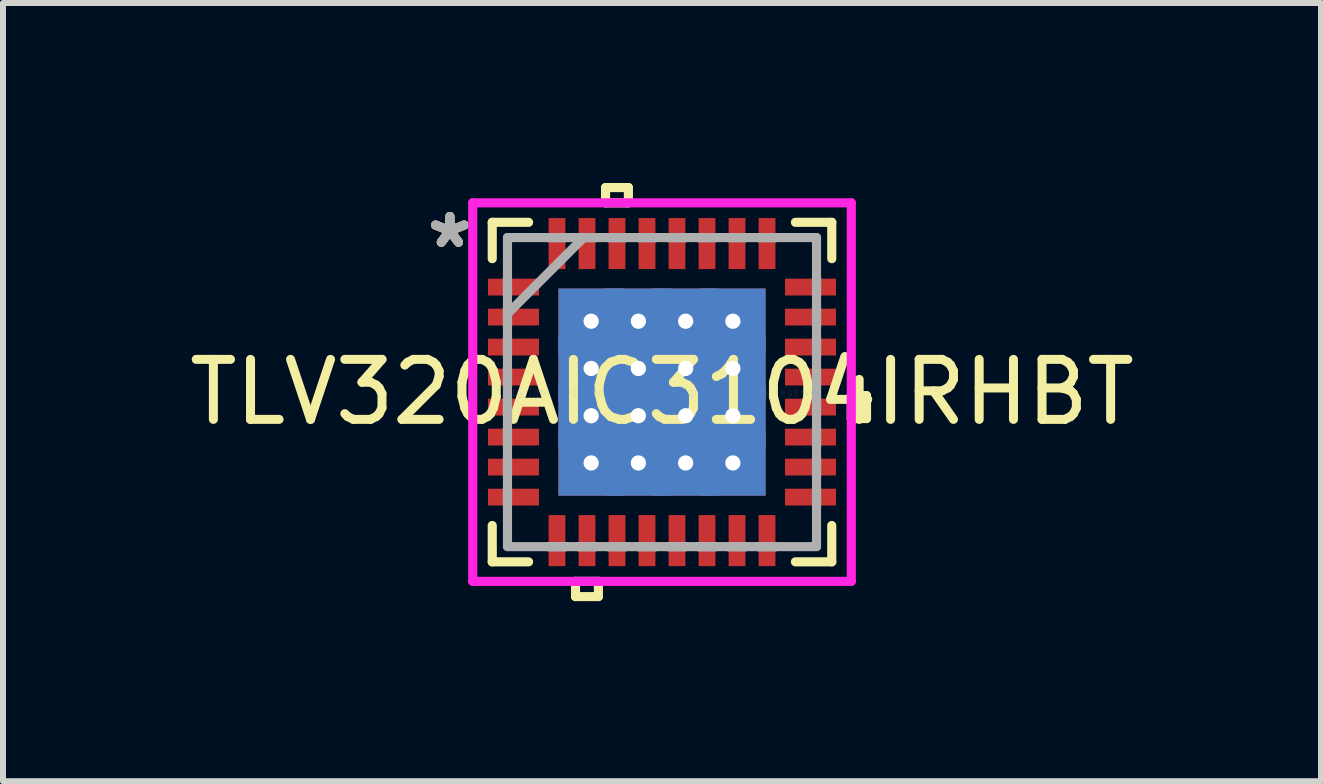
<source format=kicad_pcb>
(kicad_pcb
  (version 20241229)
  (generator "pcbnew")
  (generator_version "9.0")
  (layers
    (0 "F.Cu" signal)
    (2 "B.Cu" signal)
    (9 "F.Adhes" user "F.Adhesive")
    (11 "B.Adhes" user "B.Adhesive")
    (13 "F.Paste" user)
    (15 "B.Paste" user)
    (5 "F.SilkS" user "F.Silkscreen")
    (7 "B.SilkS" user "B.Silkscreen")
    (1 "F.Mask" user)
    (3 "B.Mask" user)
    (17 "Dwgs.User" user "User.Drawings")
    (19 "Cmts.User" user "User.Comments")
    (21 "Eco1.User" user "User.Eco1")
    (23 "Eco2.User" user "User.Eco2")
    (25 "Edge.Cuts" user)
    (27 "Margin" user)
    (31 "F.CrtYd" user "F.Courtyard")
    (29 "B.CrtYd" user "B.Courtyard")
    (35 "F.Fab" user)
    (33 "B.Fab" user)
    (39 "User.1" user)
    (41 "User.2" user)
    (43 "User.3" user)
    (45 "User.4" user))
  (footprint "TLV320AIC3104IRHBT"
    (layer "F.Cu")
    (at 7.982 3.484)
    (property "Reference" "TLV320AIC3104IRHBT" (at 0 0 0) (layer "F.SilkS") (effects (font (size 1 1) (thickness 0.15))))
    (attr through_hole)
    (fp_line (start -2.97 -1.96) (end -2.97 -1.54) (stroke (width 0.152) (type solid)) (layer "F.Mask"))
    (fp_line (start -2.97 -1.54) (end -1.98 -1.54) (stroke (width 0.152) (type solid)) (layer "F.Mask"))
    (fp_line (start -2.97 -1.46) (end -2.97 -1.04) (stroke (width 0.152) (type solid)) (layer "F.Mask"))
    (fp_line (start -2.97 -1.04) (end -1.98 -1.04) (stroke (width 0.152) (type solid)) (layer "F.Mask"))
    (fp_line (start -2.97 -0.96) (end -2.97 -0.54) (stroke (width 0.152) (type solid)) (layer "F.Mask"))
    (fp_line (start -2.97 -0.54) (end -1.98 -0.54) (stroke (width 0.152) (type solid)) (layer "F.Mask"))
    (fp_line (start -2.97 -0.46) (end -2.97 -0.04) (stroke (width 0.152) (type solid)) (layer "F.Mask"))
    (fp_line (start -2.97 -0.04) (end -1.98 -0.04) (stroke (width 0.152) (type solid)) (layer "F.Mask"))
    (fp_line (start -2.97 0.04) (end -2.97 0.46) (stroke (width 0.152) (type solid)) (layer "F.Mask"))
    (fp_line (start -2.97 0.46) (end -1.98 0.46) (stroke (width 0.152) (type solid)) (layer "F.Mask"))
    (fp_line (start -2.97 0.54) (end -2.97 0.96) (stroke (width 0.152) (type solid)) (layer "F.Mask"))
    (fp_line (start -2.97 0.96) (end -1.98 0.96) (stroke (width 0.152) (type solid)) (layer "F.Mask"))
    (fp_line (start -2.97 1.04) (end -2.97 1.46) (stroke (width 0.152) (type solid)) (layer "F.Mask"))
    (fp_line (start -2.97 1.46) (end -1.98 1.46) (stroke (width 0.152) (type solid)) (layer "F.Mask"))
    (fp_line (start -2.97 1.54) (end -2.97 1.96) (stroke (width 0.152) (type solid)) (layer "F.Mask"))
    (fp_line (start -2.97 1.96) (end -1.98 1.96) (stroke (width 0.152) (type solid)) (layer "F.Mask"))
    (fp_line (start -1.98 -1.96) (end -2.97 -1.96) (stroke (width 0.152) (type solid)) (layer "F.Mask"))
    (fp_line (start -1.98 -1.54) (end -1.98 -1.96) (stroke (width 0.152) (type solid)) (layer "F.Mask"))
    (fp_line (start -1.98 -1.46) (end -2.97 -1.46) (stroke (width 0.152) (type solid)) (layer "F.Mask"))
    (fp_line (start -1.98 -1.04) (end -1.98 -1.46) (stroke (width 0.152) (type solid)) (layer "F.Mask"))
    (fp_line (start -1.98 -0.96) (end -2.97 -0.96) (stroke (width 0.152) (type solid)) (layer "F.Mask"))
    (fp_line (start -1.98 -0.54) (end -1.98 -0.96) (stroke (width 0.152) (type solid)) (layer "F.Mask"))
    (fp_line (start -1.98 -0.46) (end -2.97 -0.46) (stroke (width 0.152) (type solid)) (layer "F.Mask"))
    (fp_line (start -1.98 -0.04) (end -1.98 -0.46) (stroke (width 0.152) (type solid)) (layer "F.Mask"))
    (fp_line (start -1.98 0.04) (end -2.97 0.04) (stroke (width 0.152) (type solid)) (layer "F.Mask"))
    (fp_line (start -1.98 0.46) (end -1.98 0.04) (stroke (width 0.152) (type solid)) (layer "F.Mask"))
    (fp_line (start -1.98 0.54) (end -2.97 0.54) (stroke (width 0.152) (type solid)) (layer "F.Mask"))
    (fp_line (start -1.98 0.96) (end -1.98 0.54) (stroke (width 0.152) (type solid)) (layer "F.Mask"))
    (fp_line (start -1.98 1.04) (end -2.97 1.04) (stroke (width 0.152) (type solid)) (layer "F.Mask"))
    (fp_line (start -1.98 1.46) (end -1.98 1.04) (stroke (width 0.152) (type solid)) (layer "F.Mask"))
    (fp_line (start -1.98 1.54) (end -2.97 1.54) (stroke (width 0.152) (type solid)) (layer "F.Mask"))
    (fp_line (start -1.98 1.96) (end -1.98 1.54) (stroke (width 0.152) (type solid)) (layer "F.Mask"))
    (fp_line (start -1.96 -2.97) (end -1.96 -1.98) (stroke (width 0.152) (type solid)) (layer "F.Mask"))
    (fp_line (start -1.96 -1.98) (end -1.541 -1.98) (stroke (width 0.152) (type solid)) (layer "F.Mask"))
    (fp_line (start -1.96 1.98) (end -1.96 2.97) (stroke (width 0.152) (type solid)) (layer "F.Mask"))
    (fp_line (start -1.96 2.97) (end -1.541 2.97) (stroke (width 0.152) (type solid)) (layer "F.Mask"))
    (fp_line (start -1.788 -1.788) (end -1.381 -1.788) (stroke (width 0.152) (type solid)) (layer "F.Mask"))
    (fp_line (start -1.788 -1.788) (end 1.788 -1.788) (stroke (width 0.152) (type solid)) (layer "F.Mask"))
    (fp_line (start -1.788 -1.381) (end -1.788 -1.788) (stroke (width 0.152) (type solid)) (layer "F.Mask"))
    (fp_line (start -1.788 -0.981) (end 1.788 -0.981) (stroke (width 0.152) (type solid)) (layer "F.Mask"))
    (fp_line (start -1.788 -0.594) (end -1.788 -0.981) (stroke (width 0.152) (type solid)) (layer "F.Mask"))
    (fp_line (start -1.788 -0.194) (end 1.788 -0.194) (stroke (width 0.152) (type solid)) (layer "F.Mask"))
    (fp_line (start -1.788 0.194) (end -1.788 -0.194) (stroke (width 0.152) (type solid)) (layer "F.Mask"))
    (fp_line (start -1.788 0.594) (end 1.788 0.594) (stroke (width 0.152) (type solid)) (layer "F.Mask"))
    (fp_line (start -1.788 0.981) (end -1.788 0.594) (stroke (width 0.152) (type solid)) (layer "F.Mask"))
    (fp_line (start -1.788 1.381) (end 1.788 1.381) (stroke (width 0.152) (type solid)) (layer "F.Mask"))
    (fp_line (start -1.788 1.788) (end -1.788 -1.788) (stroke (width 0.152) (type solid)) (layer "F.Mask"))
    (fp_line (start -1.788 1.788) (end -1.788 1.381) (stroke (width 0.152) (type solid)) (layer "F.Mask"))
    (fp_line (start -1.541 -2.97) (end -1.96 -2.97) (stroke (width 0.152) (type solid)) (layer "F.Mask"))
    (fp_line (start -1.541 -1.98) (end -1.541 -2.97) (stroke (width 0.152) (type solid)) (layer "F.Mask"))
    (fp_line (start -1.541 1.98) (end -1.96 1.98) (stroke (width 0.152) (type solid)) (layer "F.Mask"))
    (fp_line (start -1.541 2.97) (end -1.541 1.98) (stroke (width 0.152) (type solid)) (layer "F.Mask"))
    (fp_line (start -1.46 -2.97) (end -1.46 -1.98) (stroke (width 0.152) (type solid)) (layer "F.Mask"))
    (fp_line (start -1.46 -1.98) (end -1.041 -1.98) (stroke (width 0.152) (type solid)) (layer "F.Mask"))
    (fp_line (start -1.46 1.98) (end -1.46 2.97) (stroke (width 0.152) (type solid)) (layer "F.Mask"))
    (fp_line (start -1.46 2.97) (end -1.041 2.97) (stroke (width 0.152) (type solid)) (layer "F.Mask"))
    (fp_line (start -1.381 -1.788) (end -1.381 1.788) (stroke (width 0.152) (type solid)) (layer "F.Mask"))
    (fp_line (start -1.381 1.788) (end -1.788 1.788) (stroke (width 0.152) (type solid)) (layer "F.Mask"))
    (fp_line (start -1.041 -2.97) (end -1.46 -2.97) (stroke (width 0.152) (type solid)) (layer "F.Mask"))
    (fp_line (start -1.041 -1.98) (end -1.041 -2.97) (stroke (width 0.152) (type solid)) (layer "F.Mask"))
    (fp_line (start -1.041 1.98) (end -1.46 1.98) (stroke (width 0.152) (type solid)) (layer "F.Mask"))
    (fp_line (start -1.041 2.97) (end -1.041 1.98) (stroke (width 0.152) (type solid)) (layer "F.Mask"))
    (fp_line (start -0.981 -1.788) (end -0.981 1.788) (stroke (width 0.152) (type solid)) (layer "F.Mask"))
    (fp_line (start -0.981 1.788) (end -0.594 1.788) (stroke (width 0.152) (type solid)) (layer "F.Mask"))
    (fp_line (start -0.96 -2.97) (end -0.96 -1.98) (stroke (width 0.152) (type solid)) (layer "F.Mask"))
    (fp_line (start -0.96 -1.98) (end -0.541 -1.98) (stroke (width 0.152) (type solid)) (layer "F.Mask"))
    (fp_line (start -0.96 1.98) (end -0.96 2.97) (stroke (width 0.152) (type solid)) (layer "F.Mask"))
    (fp_line (start -0.96 2.97) (end -0.541 2.97) (stroke (width 0.152) (type solid)) (layer "F.Mask"))
    (fp_line (start -0.594 -1.788) (end -0.981 -1.788) (stroke (width 0.152) (type solid)) (layer "F.Mask"))
    (fp_line (start -0.594 1.788) (end -0.594 -1.788) (stroke (width 0.152) (type solid)) (layer "F.Mask"))
    (fp_line (start -0.541 -2.97) (end -0.96 -2.97) (stroke (width 0.152) (type solid)) (layer "F.Mask"))
    (fp_line (start -0.541 -1.98) (end -0.541 -2.97) (stroke (width 0.152) (type solid)) (layer "F.Mask"))
    (fp_line (start -0.541 1.98) (end -0.96 1.98) (stroke (width 0.152) (type solid)) (layer "F.Mask"))
    (fp_line (start -0.541 2.97) (end -0.541 1.98) (stroke (width 0.152) (type solid)) (layer "F.Mask"))
    (fp_line (start -0.46 -2.97) (end -0.46 -1.98) (stroke (width 0.152) (type solid)) (layer "F.Mask"))
    (fp_line (start -0.46 -1.98) (end -0.04 -1.98) (stroke (width 0.152) (type solid)) (layer "F.Mask"))
    (fp_line (start -0.46 1.98) (end -0.46 2.97) (stroke (width 0.152) (type solid)) (layer "F.Mask"))
    (fp_line (start -0.46 2.97) (end -0.04 2.97) (stroke (width 0.152) (type solid)) (layer "F.Mask"))
    (fp_line (start -0.194 -1.788) (end -0.194 1.788) (stroke (width 0.152) (type solid)) (layer "F.Mask"))
    (fp_line (start -0.194 1.788) (end 0.194 1.788) (stroke (width 0.152) (type solid)) (layer "F.Mask"))
    (fp_line (start -0.04 -2.97) (end -0.46 -2.97) (stroke (width 0.152) (type solid)) (layer "F.Mask"))
    (fp_line (start -0.04 -1.98) (end -0.04 -2.97) (stroke (width 0.152) (type solid)) (layer "F.Mask"))
    (fp_line (start -0.04 1.98) (end -0.46 1.98) (stroke (width 0.152) (type solid)) (layer "F.Mask"))
    (fp_line (start -0.04 2.97) (end -0.04 1.98) (stroke (width 0.152) (type solid)) (layer "F.Mask"))
    (fp_line (start 0.04 -2.97) (end 0.04 -1.98) (stroke (width 0.152) (type solid)) (layer "F.Mask"))
    (fp_line (start 0.04 -1.98) (end 0.46 -1.98) (stroke (width 0.152) (type solid)) (layer "F.Mask"))
    (fp_line (start 0.04 1.98) (end 0.04 2.97) (stroke (width 0.152) (type solid)) (layer "F.Mask"))
    (fp_line (start 0.04 2.97) (end 0.46 2.97) (stroke (width 0.152) (type solid)) (layer "F.Mask"))
    (fp_line (start 0.194 -1.788) (end -0.194 -1.788) (stroke (width 0.152) (type solid)) (layer "F.Mask"))
    (fp_line (start 0.194 1.788) (end 0.194 -1.788) (stroke (width 0.152) (type solid)) (layer "F.Mask"))
    (fp_line (start 0.46 -2.97) (end 0.04 -2.97) (stroke (width 0.152) (type solid)) (layer "F.Mask"))
    (fp_line (start 0.46 -1.98) (end 0.46 -2.97) (stroke (width 0.152) (type solid)) (layer "F.Mask"))
    (fp_line (start 0.46 1.98) (end 0.04 1.98) (stroke (width 0.152) (type solid)) (layer "F.Mask"))
    (fp_line (start 0.46 2.97) (end 0.46 1.98) (stroke (width 0.152) (type solid)) (layer "F.Mask"))
    (fp_line (start 0.541 -2.97) (end 0.541 -1.98) (stroke (width 0.152) (type solid)) (layer "F.Mask"))
    (fp_line (start 0.541 -1.98) (end 0.96 -1.98) (stroke (width 0.152) (type solid)) (layer "F.Mask"))
    (fp_line (start 0.541 1.98) (end 0.541 2.97) (stroke (width 0.152) (type solid)) (layer "F.Mask"))
    (fp_line (start 0.541 2.97) (end 0.96 2.97) (stroke (width 0.152) (type solid)) (layer "F.Mask"))
    (fp_line (start 0.594 -1.788) (end 0.594 1.788) (stroke (width 0.152) (type solid)) (layer "F.Mask"))
    (fp_line (start 0.594 1.788) (end 0.981 1.788) (stroke (width 0.152) (type solid)) (layer "F.Mask"))
    (fp_line (start 0.96 -2.97) (end 0.541 -2.97) (stroke (width 0.152) (type solid)) (layer "F.Mask"))
    (fp_line (start 0.96 -1.98) (end 0.96 -2.97) (stroke (width 0.152) (type solid)) (layer "F.Mask"))
    (fp_line (start 0.96 1.98) (end 0.541 1.98) (stroke (width 0.152) (type solid)) (layer "F.Mask"))
    (fp_line (start 0.96 2.97) (end 0.96 1.98) (stroke (width 0.152) (type solid)) (layer "F.Mask"))
    (fp_line (start 0.981 -1.788) (end 0.594 -1.788) (stroke (width 0.152) (type solid)) (layer "F.Mask"))
    (fp_line (start 0.981 1.788) (end 0.981 -1.788) (stroke (width 0.152) (type solid)) (layer "F.Mask"))
    (fp_line (start 1.041 -2.97) (end 1.041 -1.98) (stroke (width 0.152) (type solid)) (layer "F.Mask"))
    (fp_line (start 1.041 -1.98) (end 1.46 -1.98) (stroke (width 0.152) (type solid)) (layer "F.Mask"))
    (fp_line (start 1.041 1.98) (end 1.041 2.97) (stroke (width 0.152) (type solid)) (layer "F.Mask"))
    (fp_line (start 1.041 2.97) (end 1.46 2.97) (stroke (width 0.152) (type solid)) (layer "F.Mask"))
    (fp_line (start 1.381 -1.788) (end 1.788 -1.788) (stroke (width 0.152) (type solid)) (layer "F.Mask"))
    (fp_line (start 1.381 1.788) (end 1.381 -1.788) (stroke (width 0.152) (type solid)) (layer "F.Mask"))
    (fp_line (start 1.46 -2.97) (end 1.041 -2.97) (stroke (width 0.152) (type solid)) (layer "F.Mask"))
    (fp_line (start 1.46 -1.98) (end 1.46 -2.97) (stroke (width 0.152) (type solid)) (layer "F.Mask"))
    (fp_line (start 1.46 1.98) (end 1.041 1.98) (stroke (width 0.152) (type solid)) (layer "F.Mask"))
    (fp_line (start 1.46 2.97) (end 1.46 1.98) (stroke (width 0.152) (type solid)) (layer "F.Mask"))
    (fp_line (start 1.541 -2.97) (end 1.541 -1.98) (stroke (width 0.152) (type solid)) (layer "F.Mask"))
    (fp_line (start 1.541 -1.98) (end 1.96 -1.98) (stroke (width 0.152) (type solid)) (layer "F.Mask"))
    (fp_line (start 1.541 1.98) (end 1.541 2.97) (stroke (width 0.152) (type solid)) (layer "F.Mask"))
    (fp_line (start 1.541 2.97) (end 1.96 2.97) (stroke (width 0.152) (type solid)) (layer "F.Mask"))
    (fp_line (start 1.788 -1.788) (end 1.788 -1.381) (stroke (width 0.152) (type solid)) (layer "F.Mask"))
    (fp_line (start 1.788 -1.788) (end 1.788 1.788) (stroke (width 0.152) (type solid)) (layer "F.Mask"))
    (fp_line (start 1.788 -1.381) (end -1.788 -1.381) (stroke (width 0.152) (type solid)) (layer "F.Mask"))
    (fp_line (start 1.788 -0.981) (end 1.788 -0.594) (stroke (width 0.152) (type solid)) (layer "F.Mask"))
    (fp_line (start 1.788 -0.594) (end -1.788 -0.594) (stroke (width 0.152) (type solid)) (layer "F.Mask"))
    (fp_line (start 1.788 -0.194) (end 1.788 0.194) (stroke (width 0.152) (type solid)) (layer "F.Mask"))
    (fp_line (start 1.788 0.194) (end -1.788 0.194) (stroke (width 0.152) (type solid)) (layer "F.Mask"))
    (fp_line (start 1.788 0.594) (end 1.788 0.981) (stroke (width 0.152) (type solid)) (layer "F.Mask"))
    (fp_line (start 1.788 0.981) (end -1.788 0.981) (stroke (width 0.152) (type solid)) (layer "F.Mask"))
    (fp_line (start 1.788 1.381) (end 1.788 1.788) (stroke (width 0.152) (type solid)) (layer "F.Mask"))
    (fp_line (start 1.788 1.788) (end -1.788 1.788) (stroke (width 0.152) (type solid)) (layer "F.Mask"))
    (fp_line (start 1.788 1.788) (end 1.381 1.788) (stroke (width 0.152) (type solid)) (layer "F.Mask"))
    (fp_line (start 1.96 -2.97) (end 1.541 -2.97) (stroke (width 0.152) (type solid)) (layer "F.Mask"))
    (fp_line (start 1.96 -1.98) (end 1.96 -2.97) (stroke (width 0.152) (type solid)) (layer "F.Mask"))
    (fp_line (start 1.96 1.98) (end 1.541 1.98) (stroke (width 0.152) (type solid)) (layer "F.Mask"))
    (fp_line (start 1.96 2.97) (end 1.96 1.98) (stroke (width 0.152) (type solid)) (layer "F.Mask"))
    (fp_line (start 1.98 -1.96) (end 1.98 -1.54) (stroke (width 0.152) (type solid)) (layer "F.Mask"))
    (fp_line (start 1.98 -1.54) (end 2.97 -1.54) (stroke (width 0.152) (type solid)) (layer "F.Mask"))
    (fp_line (start 1.98 -1.46) (end 1.98 -1.04) (stroke (width 0.152) (type solid)) (layer "F.Mask"))
    (fp_line (start 1.98 -1.04) (end 2.97 -1.04) (stroke (width 0.152) (type solid)) (layer "F.Mask"))
    (fp_line (start 1.98 -0.96) (end 1.98 -0.54) (stroke (width 0.152) (type solid)) (layer "F.Mask"))
    (fp_line (start 1.98 -0.54) (end 2.97 -0.54) (stroke (width 0.152) (type solid)) (layer "F.Mask"))
    (fp_line (start 1.98 -0.46) (end 1.98 -0.04) (stroke (width 0.152) (type solid)) (layer "F.Mask"))
    (fp_line (start 1.98 -0.04) (end 2.97 -0.04) (stroke (width 0.152) (type solid)) (layer "F.Mask"))
    (fp_line (start 1.98 0.04) (end 1.98 0.46) (stroke (width 0.152) (type solid)) (layer "F.Mask"))
    (fp_line (start 1.98 0.46) (end 2.97 0.46) (stroke (width 0.152) (type solid)) (layer "F.Mask"))
    (fp_line (start 1.98 0.54) (end 1.98 0.96) (stroke (width 0.152) (type solid)) (layer "F.Mask"))
    (fp_line (start 1.98 0.96) (end 2.97 0.96) (stroke (width 0.152) (type solid)) (layer "F.Mask"))
    (fp_line (start 1.98 1.04) (end 1.98 1.46) (stroke (width 0.152) (type solid)) (layer "F.Mask"))
    (fp_line (start 1.98 1.46) (end 2.97 1.46) (stroke (width 0.152) (type solid)) (layer "F.Mask"))
    (fp_line (start 1.98 1.54) (end 1.98 1.96) (stroke (width 0.152) (type solid)) (layer "F.Mask"))
    (fp_line (start 1.98 1.96) (end 2.97 1.96) (stroke (width 0.152) (type solid)) (layer "F.Mask"))
    (fp_line (start 2.97 -1.96) (end 1.98 -1.96) (stroke (width 0.152) (type solid)) (layer "F.Mask"))
    (fp_line (start 2.97 -1.54) (end 2.97 -1.96) (stroke (width 0.152) (type solid)) (layer "F.Mask"))
    (fp_line (start 2.97 -1.46) (end 1.98 -1.46) (stroke (width 0.152) (type solid)) (layer "F.Mask"))
    (fp_line (start 2.97 -1.04) (end 2.97 -1.46) (stroke (width 0.152) (type solid)) (layer "F.Mask"))
    (fp_line (start 2.97 -0.96) (end 1.98 -0.96) (stroke (width 0.152) (type solid)) (layer "F.Mask"))
    (fp_line (start 2.97 -0.54) (end 2.97 -0.96) (stroke (width 0.152) (type solid)) (layer "F.Mask"))
    (fp_line (start 2.97 -0.46) (end 1.98 -0.46) (stroke (width 0.152) (type solid)) (layer "F.Mask"))
    (fp_line (start 2.97 -0.04) (end 2.97 -0.46) (stroke (width 0.152) (type solid)) (layer "F.Mask"))
    (fp_line (start 2.97 0.04) (end 1.98 0.04) (stroke (width 0.152) (type solid)) (layer "F.Mask"))
    (fp_line (start 2.97 0.46) (end 2.97 0.04) (stroke (width 0.152) (type solid)) (layer "F.Mask"))
    (fp_line (start 2.97 0.54) (end 1.98 0.54) (stroke (width 0.152) (type solid)) (layer "F.Mask"))
    (fp_line (start 2.97 0.96) (end 2.97 0.54) (stroke (width 0.152) (type solid)) (layer "F.Mask"))
    (fp_line (start 2.97 1.04) (end 1.98 1.04) (stroke (width 0.152) (type solid)) (layer "F.Mask"))
    (fp_line (start 2.97 1.46) (end 2.97 1.04) (stroke (width 0.152) (type solid)) (layer "F.Mask"))
    (fp_line (start 2.97 1.54) (end 1.98 1.54) (stroke (width 0.152) (type solid)) (layer "F.Mask"))
    (fp_line (start 2.97 1.96) (end 2.97 1.54) (stroke (width 0.152) (type solid)) (layer "F.Mask"))
    (fp_line (start -2.829 -2.829) (end -2.829 -2.223) (stroke (width 0.152) (type solid)) (layer "F.SilkS"))
    (fp_line (start -2.829 2.223) (end -2.829 2.829) (stroke (width 0.152) (type solid)) (layer "F.SilkS"))
    (fp_line (start -2.829 2.829) (end -2.223 2.829) (stroke (width 0.152) (type solid)) (layer "F.SilkS"))
    (fp_line (start -2.223 -2.829) (end -2.829 -2.829) (stroke (width 0.152) (type solid)) (layer "F.SilkS"))
    (fp_line (start -1.441 3.154) (end -1.441 3.408) (stroke (width 0.152) (type solid)) (layer "F.SilkS"))
    (fp_line (start -1.441 3.408) (end -1.06 3.408) (stroke (width 0.152) (type solid)) (layer "F.SilkS"))
    (fp_line (start -1.06 3.154) (end -1.441 3.154) (stroke (width 0.152) (type solid)) (layer "F.SilkS"))
    (fp_line (start -1.06 3.408) (end -1.06 3.154) (stroke (width 0.152) (type solid)) (layer "F.SilkS"))
    (fp_line (start -0.941 -3.408) (end -0.56 -3.408) (stroke (width 0.152) (type solid)) (layer "F.SilkS"))
    (fp_line (start -0.941 -3.154) (end -0.941 -3.408) (stroke (width 0.152) (type solid)) (layer "F.SilkS"))
    (fp_line (start -0.56 -3.408) (end -0.56 -3.154) (stroke (width 0.152) (type solid)) (layer "F.SilkS"))
    (fp_line (start -0.56 -3.154) (end -0.941 -3.154) (stroke (width 0.152) (type solid)) (layer "F.SilkS"))
    (fp_line (start 2.223 2.829) (end 2.829 2.829) (stroke (width 0.152) (type solid)) (layer "F.SilkS"))
    (fp_line (start 2.829 -2.829) (end 2.223 -2.829) (stroke (width 0.152) (type solid)) (layer "F.SilkS"))
    (fp_line (start 2.829 -2.223) (end 2.829 -2.829) (stroke (width 0.152) (type solid)) (layer "F.SilkS"))
    (fp_line (start 2.829 2.829) (end 2.829 2.223) (stroke (width 0.152) (type solid)) (layer "F.SilkS"))
    (fp_line (start 3.154 0.059) (end 3.408 0.059) (stroke (width 0.152) (type solid)) (layer "F.SilkS"))
    (fp_line (start 3.154 0.441) (end 3.154 0.059) (stroke (width 0.152) (type solid)) (layer "F.SilkS"))
    (fp_line (start 3.408 0.059) (end 3.408 0.441) (stroke (width 0.152) (type solid)) (layer "F.SilkS"))
    (fp_line (start 3.408 0.441) (end 3.154 0.441) (stroke (width 0.152) (type solid)) (layer "F.SilkS"))
    (fp_line (start -2.875 -1.865) (end -2.875 -1.635) (stroke (width 0.152) (type solid)) (layer "F.Paste"))
    (fp_line (start -2.875 -1.635) (end -2.075 -1.635) (stroke (width 0.152) (type solid)) (layer "F.Paste"))
    (fp_line (start -2.875 -1.365) (end -2.875 -1.135) (stroke (width 0.152) (type solid)) (layer "F.Paste"))
    (fp_line (start -2.875 -1.135) (end -2.075 -1.135) (stroke (width 0.152) (type solid)) (layer "F.Paste"))
    (fp_line (start -2.875 -0.865) (end -2.875 -0.635) (stroke (width 0.152) (type solid)) (layer "F.Paste"))
    (fp_line (start -2.875 -0.635) (end -2.075 -0.635) (stroke (width 0.152) (type solid)) (layer "F.Paste"))
    (fp_line (start -2.875 -0.365) (end -2.875 -0.135) (stroke (width 0.152) (type solid)) (layer "F.Paste"))
    (fp_line (start -2.875 -0.135) (end -2.075 -0.135) (stroke (width 0.152) (type solid)) (layer "F.Paste"))
    (fp_line (start -2.875 0.135) (end -2.875 0.365) (stroke (width 0.152) (type solid)) (layer "F.Paste"))
    (fp_line (start -2.875 0.365) (end -2.075 0.365) (stroke (width 0.152) (type solid)) (layer "F.Paste"))
    (fp_line (start -2.875 0.635) (end -2.875 0.865) (stroke (width 0.152) (type solid)) (layer "F.Paste"))
    (fp_line (start -2.875 0.865) (end -2.075 0.865) (stroke (width 0.152) (type solid)) (layer "F.Paste"))
    (fp_line (start -2.875 1.135) (end -2.875 1.365) (stroke (width 0.152) (type solid)) (layer "F.Paste"))
    (fp_line (start -2.875 1.365) (end -2.075 1.365) (stroke (width 0.152) (type solid)) (layer "F.Paste"))
    (fp_line (start -2.875 1.635) (end -2.875 1.865) (stroke (width 0.152) (type solid)) (layer "F.Paste"))
    (fp_line (start -2.875 1.865) (end -2.075 1.865) (stroke (width 0.152) (type solid)) (layer "F.Paste"))
    (fp_line (start -2.075 -1.865) (end -2.875 -1.865) (stroke (width 0.152) (type solid)) (layer "F.Paste"))
    (fp_line (start -2.075 -1.635) (end -2.075 -1.865) (stroke (width 0.152) (type solid)) (layer "F.Paste"))
    (fp_line (start -2.075 -1.365) (end -2.875 -1.365) (stroke (width 0.152) (type solid)) (layer "F.Paste"))
    (fp_line (start -2.075 -1.135) (end -2.075 -1.365) (stroke (width 0.152) (type solid)) (layer "F.Paste"))
    (fp_line (start -2.075 -0.865) (end -2.875 -0.865) (stroke (width 0.152) (type solid)) (layer "F.Paste"))
    (fp_line (start -2.075 -0.635) (end -2.075 -0.865) (stroke (width 0.152) (type solid)) (layer "F.Paste"))
    (fp_line (start -2.075 -0.365) (end -2.875 -0.365) (stroke (width 0.152) (type solid)) (layer "F.Paste"))
    (fp_line (start -2.075 -0.135) (end -2.075 -0.365) (stroke (width 0.152) (type solid)) (layer "F.Paste"))
    (fp_line (start -2.075 0.135) (end -2.875 0.135) (stroke (width 0.152) (type solid)) (layer "F.Paste"))
    (fp_line (start -2.075 0.365) (end -2.075 0.135) (stroke (width 0.152) (type solid)) (layer "F.Paste"))
    (fp_line (start -2.075 0.635) (end -2.875 0.635) (stroke (width 0.152) (type solid)) (layer "F.Paste"))
    (fp_line (start -2.075 0.865) (end -2.075 0.635) (stroke (width 0.152) (type solid)) (layer "F.Paste"))
    (fp_line (start -2.075 1.135) (end -2.875 1.135) (stroke (width 0.152) (type solid)) (layer "F.Paste"))
    (fp_line (start -2.075 1.365) (end -2.075 1.135) (stroke (width 0.152) (type solid)) (layer "F.Paste"))
    (fp_line (start -2.075 1.635) (end -2.875 1.635) (stroke (width 0.152) (type solid)) (layer "F.Paste"))
    (fp_line (start -2.075 1.865) (end -2.075 1.635) (stroke (width 0.152) (type solid)) (layer "F.Paste"))
    (fp_line (start -1.866 -2.875) (end -1.866 -2.075) (stroke (width 0.152) (type solid)) (layer "F.Paste"))
    (fp_line (start -1.866 -2.075) (end -1.635 -2.075) (stroke (width 0.152) (type solid)) (layer "F.Paste"))
    (fp_line (start -1.866 2.075) (end -1.866 2.875) (stroke (width 0.152) (type solid)) (layer "F.Paste"))
    (fp_line (start -1.866 2.875) (end -1.635 2.875) (stroke (width 0.152) (type solid)) (layer "F.Paste"))
    (fp_line (start -1.65 -1.65) (end -1.65 -1.281) (stroke (width 0.152) (type solid)) (layer "F.Paste"))
    (fp_line (start -1.65 -1.281) (end -1.423 -1.281) (stroke (width 0.152) (type solid)) (layer "F.Paste"))
    (fp_line (start -1.65 -1.081) (end -1.65 -0.494) (stroke (width 0.152) (type solid)) (layer "F.Paste"))
    (fp_line (start -1.65 -0.494) (end -1.423 -0.494) (stroke (width 0.152) (type solid)) (layer "F.Paste"))
    (fp_line (start -1.65 -0.294) (end -1.65 0.294) (stroke (width 0.152) (type solid)) (layer "F.Paste"))
    (fp_line (start -1.65 0.294) (end -1.423 0.294) (stroke (width 0.152) (type solid)) (layer "F.Paste"))
    (fp_line (start -1.65 0.494) (end -1.65 1.081) (stroke (width 0.152) (type solid)) (layer "F.Paste"))
    (fp_line (start -1.65 1.081) (end -1.423 1.081) (stroke (width 0.152) (type solid)) (layer "F.Paste"))
    (fp_line (start -1.65 1.281) (end -1.65 1.65) (stroke (width 0.152) (type solid)) (layer "F.Paste"))
    (fp_line (start -1.65 1.65) (end -1.281 1.65) (stroke (width 0.152) (type solid)) (layer "F.Paste"))
    (fp_line (start -1.635 -2.875) (end -1.866 -2.875) (stroke (width 0.152) (type solid)) (layer "F.Paste"))
    (fp_line (start -1.635 -2.075) (end -1.635 -2.875) (stroke (width 0.152) (type solid)) (layer "F.Paste"))
    (fp_line (start -1.635 2.075) (end -1.866 2.075) (stroke (width 0.152) (type solid)) (layer "F.Paste"))
    (fp_line (start -1.635 2.875) (end -1.635 2.075) (stroke (width 0.152) (type solid)) (layer "F.Paste"))
    (fp_line (start -1.423 -1.281) (end -1.423 -1.281) (stroke (width 0.152) (type solid)) (layer "F.Paste"))
    (fp_line (start -1.423 -1.281) (end -1.281 -1.423) (stroke (width 0.152) (type solid)) (layer "F.Paste"))
    (fp_line (start -1.423 -1.081) (end -1.65 -1.081) (stroke (width 0.152) (type solid)) (layer "F.Paste"))
    (fp_line (start -1.423 -1.081) (end -1.423 -1.081) (stroke (width 0.152) (type solid)) (layer "F.Paste"))
    (fp_line (start -1.423 -0.494) (end -1.423 -0.494) (stroke (width 0.152) (type solid)) (layer "F.Paste"))
    (fp_line (start -1.423 -0.494) (end -1.281 -0.635) (stroke (width 0.152) (type solid)) (layer "F.Paste"))
    (fp_line (start -1.423 -0.294) (end -1.65 -0.294) (stroke (width 0.152) (type solid)) (layer "F.Paste"))
    (fp_line (start -1.423 -0.294) (end -1.423 -0.294) (stroke (width 0.152) (type solid)) (layer "F.Paste"))
    (fp_line (start -1.423 0.294) (end -1.423 0.294) (stroke (width 0.152) (type solid)) (layer "F.Paste"))
    (fp_line (start -1.423 0.294) (end -1.281 0.152) (stroke (width 0.152) (type solid)) (layer "F.Paste"))
    (fp_line (start -1.423 0.494) (end -1.65 0.494) (stroke (width 0.152) (type solid)) (layer "F.Paste"))
    (fp_line (start -1.423 0.494) (end -1.423 0.494) (stroke (width 0.152) (type solid)) (layer "F.Paste"))
    (fp_line (start -1.423 1.081) (end -1.423 1.081) (stroke (width 0.152) (type solid)) (layer "F.Paste"))
    (fp_line (start -1.423 1.081) (end -1.281 0.94) (stroke (width 0.152) (type solid)) (layer "F.Paste"))
    (fp_line (start -1.423 1.281) (end -1.65 1.281) (stroke (width 0.152) (type solid)) (layer "F.Paste"))
    (fp_line (start -1.423 1.281) (end -1.423 1.281) (stroke (width 0.152) (type solid)) (layer "F.Paste"))
    (fp_line (start -1.365 -2.875) (end -1.365 -2.075) (stroke (width 0.152) (type solid)) (layer "F.Paste"))
    (fp_line (start -1.365 -2.075) (end -1.135 -2.075) (stroke (width 0.152) (type solid)) (layer "F.Paste"))
    (fp_line (start -1.365 2.075) (end -1.365 2.875) (stroke (width 0.152) (type solid)) (layer "F.Paste"))
    (fp_line (start -1.365 2.875) (end -1.135 2.875) (stroke (width 0.152) (type solid)) (layer "F.Paste"))
    (fp_line (start -1.281 -1.65) (end -1.65 -1.65) (stroke (width 0.152) (type solid)) (layer "F.Paste"))
    (fp_line (start -1.281 -1.423) (end -1.281 -1.65) (stroke (width 0.152) (type solid)) (layer "F.Paste"))
    (fp_line (start -1.281 -1.423) (end -1.281 -1.423) (stroke (width 0.152) (type solid)) (layer "F.Paste"))
    (fp_line (start -1.281 -0.94) (end -1.423 -1.081) (stroke (width 0.152) (type solid)) (layer "F.Paste"))
    (fp_line (start -1.281 -0.94) (end -1.281 -0.94) (stroke (width 0.152) (type solid)) (layer "F.Paste"))
    (fp_line (start -1.281 -0.635) (end -1.281 -0.94) (stroke (width 0.152) (type solid)) (layer "F.Paste"))
    (fp_line (start -1.281 -0.635) (end -1.281 -0.635) (stroke (width 0.152) (type solid)) (layer "F.Paste"))
    (fp_line (start -1.281 -0.152) (end -1.423 -0.294) (stroke (width 0.152) (type solid)) (layer "F.Paste"))
    (fp_line (start -1.281 -0.152) (end -1.281 -0.152) (stroke (width 0.152) (type solid)) (layer "F.Paste"))
    (fp_line (start -1.281 0.152) (end -1.281 -0.152) (stroke (width 0.152) (type solid)) (layer "F.Paste"))
    (fp_line (start -1.281 0.152) (end -1.281 0.152) (stroke (width 0.152) (type solid)) (layer "F.Paste"))
    (fp_line (start -1.281 0.635) (end -1.423 0.494) (stroke (width 0.152) (type solid)) (layer "F.Paste"))
    (fp_line (start -1.281 0.635) (end -1.281 0.635) (stroke (width 0.152) (type solid)) (layer "F.Paste"))
    (fp_line (start -1.281 0.94) (end -1.281 0.635) (stroke (width 0.152) (type solid)) (layer "F.Paste"))
    (fp_line (start -1.281 0.94) (end -1.281 0.94) (stroke (width 0.152) (type solid)) (layer "F.Paste"))
    (fp_line (start -1.281 1.423) (end -1.423 1.281) (stroke (width 0.152) (type solid)) (layer "F.Paste"))
    (fp_line (start -1.281 1.423) (end -1.281 1.423) (stroke (width 0.152) (type solid)) (layer "F.Paste"))
    (fp_line (start -1.281 1.65) (end -1.281 1.423) (stroke (width 0.152) (type solid)) (layer "F.Paste"))
    (fp_line (start -1.135 -2.875) (end -1.365 -2.875) (stroke (width 0.152) (type solid)) (layer "F.Paste"))
    (fp_line (start -1.135 -2.075) (end -1.135 -2.875) (stroke (width 0.152) (type solid)) (layer "F.Paste"))
    (fp_line (start -1.135 2.075) (end -1.365 2.075) (stroke (width 0.152) (type solid)) (layer "F.Paste"))
    (fp_line (start -1.135 2.875) (end -1.135 2.075) (stroke (width 0.152) (type solid)) (layer "F.Paste"))
    (fp_line (start -1.081 -1.65) (end -1.081 -1.423) (stroke (width 0.152) (type solid)) (layer "F.Paste"))
    (fp_line (start -1.081 -1.423) (end -1.081 -1.423) (stroke (width 0.152) (type solid)) (layer "F.Paste"))
    (fp_line (start -1.081 -1.423) (end -0.94 -1.281) (stroke (width 0.152) (type solid)) (layer "F.Paste"))
    (fp_line (start -1.081 -0.94) (end -1.081 -0.94) (stroke (width 0.152) (type solid)) (layer "F.Paste"))
    (fp_line (start -1.081 -0.94) (end -1.081 -0.635) (stroke (width 0.152) (type solid)) (layer "F.Paste"))
    (fp_line (start -1.081 -0.635) (end -1.081 -0.635) (stroke (width 0.152) (type solid)) (layer "F.Paste"))
    (fp_line (start -1.081 -0.635) (end -0.94 -0.494) (stroke (width 0.152) (type solid)) (layer "F.Paste"))
    (fp_line (start -1.081 -0.152) (end -1.081 -0.152) (stroke (width 0.152) (type solid)) (layer "F.Paste"))
    (fp_line (start -1.081 -0.152) (end -1.081 0.152) (stroke (width 0.152) (type solid)) (layer "F.Paste"))
    (fp_line (start -1.081 0.152) (end -1.081 0.152) (stroke (width 0.152) (type solid)) (layer "F.Paste"))
    (fp_line (start -1.081 0.152) (end -0.94 0.294) (stroke (width 0.152) (type solid)) (layer "F.Paste"))
    (fp_line (start -1.081 0.635) (end -1.081 0.635) (stroke (width 0.152) (type solid)) (layer "F.Paste"))
    (fp_line (start -1.081 0.635) (end -1.081 0.94) (stroke (width 0.152) (type solid)) (layer "F.Paste"))
    (fp_line (start -1.081 0.94) (end -1.081 0.94) (stroke (width 0.152) (type solid)) (layer "F.Paste"))
    (fp_line (start -1.081 0.94) (end -0.94 1.081) (stroke (width 0.152) (type solid)) (layer "F.Paste"))
    (fp_line (start -1.081 1.423) (end -1.081 1.423) (stroke (width 0.152) (type solid)) (layer "F.Paste"))
    (fp_line (start -1.081 1.423) (end -1.081 1.65) (stroke (width 0.152) (type solid)) (layer "F.Paste"))
    (fp_line (start -1.081 1.65) (end -0.494 1.65) (stroke (width 0.152) (type solid)) (layer "F.Paste"))
    (fp_line (start -0.94 -1.281) (end -0.94 -1.281) (stroke (width 0.152) (type solid)) (layer "F.Paste"))
    (fp_line (start -0.94 -1.281) (end -0.635 -1.281) (stroke (width 0.152) (type solid)) (layer "F.Paste"))
    (fp_line (start -0.94 -1.081) (end -1.081 -0.94) (stroke (width 0.152) (type solid)) (layer "F.Paste"))
    (fp_line (start -0.94 -1.081) (end -0.94 -1.081) (stroke (width 0.152) (type solid)) (layer "F.Paste"))
    (fp_line (start -0.94 -0.494) (end -0.94 -0.494) (stroke (width 0.152) (type solid)) (layer "F.Paste"))
    (fp_line (start -0.94 -0.494) (end -0.635 -0.494) (stroke (width 0.152) (type solid)) (layer "F.Paste"))
    (fp_line (start -0.94 -0.294) (end -1.081 -0.152) (stroke (width 0.152) (type solid)) (layer "F.Paste"))
    (fp_line (start -0.94 -0.294) (end -0.94 -0.294) (stroke (width 0.152) (type solid)) (layer "F.Paste"))
    (fp_line (start -0.94 0.294) (end -0.94 0.294) (stroke (width 0.152) (type solid)) (layer "F.Paste"))
    (fp_line (start -0.94 0.294) (end -0.635 0.294) (stroke (width 0.152) (type solid)) (layer "F.Paste"))
    (fp_line (start -0.94 0.494) (end -1.081 0.635) (stroke (width 0.152) (type solid)) (layer "F.Paste"))
    (fp_line (start -0.94 0.494) (end -0.94 0.494) (stroke (width 0.152) (type solid)) (layer "F.Paste"))
    (fp_line (start -0.94 1.081) (end -0.94 1.081) (stroke (width 0.152) (type solid)) (layer "F.Paste"))
    (fp_line (start -0.94 1.081) (end -0.635 1.081) (stroke (width 0.152) (type solid)) (layer "F.Paste"))
    (fp_line (start -0.94 1.281) (end -1.081 1.423) (stroke (width 0.152) (type solid)) (layer "F.Paste"))
    (fp_line (start -0.94 1.281) (end -0.94 1.281) (stroke (width 0.152) (type solid)) (layer "F.Paste"))
    (fp_line (start -0.865 -2.875) (end -0.865 -2.075) (stroke (width 0.152) (type solid)) (layer "F.Paste"))
    (fp_line (start -0.865 -2.075) (end -0.635 -2.075) (stroke (width 0.152) (type solid)) (layer "F.Paste"))
    (fp_line (start -0.865 2.075) (end -0.865 2.875) (stroke (width 0.152) (type solid)) (layer "F.Paste"))
    (fp_line (start -0.865 2.875) (end -0.635 2.875) (stroke (width 0.152) (type solid)) (layer "F.Paste"))
    (fp_line (start -0.635 -1.281) (end -0.635 -1.281) (stroke (width 0.152) (type solid)) (layer "F.Paste"))
    (fp_line (start -0.635 -1.281) (end -0.494 -1.423) (stroke (width 0.152) (type solid)) (layer "F.Paste"))
    (fp_line (start -0.635 -1.081) (end -0.94 -1.081) (stroke (width 0.152) (type solid)) (layer "F.Paste"))
    (fp_line (start -0.635 -1.081) (end -0.635 -1.081) (stroke (width 0.152) (type solid)) (layer "F.Paste"))
    (fp_line (start -0.635 -0.494) (end -0.635 -0.494) (stroke (width 0.152) (type solid)) (layer "F.Paste"))
    (fp_line (start -0.635 -0.494) (end -0.494 -0.635) (stroke (width 0.152) (type solid)) (layer "F.Paste"))
    (fp_line (start -0.635 -0.294) (end -0.94 -0.294) (stroke (width 0.152) (type solid)) (layer "F.Paste"))
    (fp_line (start -0.635 -0.294) (end -0.635 -0.294) (stroke (width 0.152) (type solid)) (layer "F.Paste"))
    (fp_line (start -0.635 0.294) (end -0.635 0.294) (stroke (width 0.152) (type solid)) (layer "F.Paste"))
    (fp_line (start -0.635 0.294) (end -0.494 0.152) (stroke (width 0.152) (type solid)) (layer "F.Paste"))
    (fp_line (start -0.635 0.494) (end -0.94 0.494) (stroke (width 0.152) (type solid)) (layer "F.Paste"))
    (fp_line (start -0.635 0.494) (end -0.635 0.494) (stroke (width 0.152) (type solid)) (layer "F.Paste"))
    (fp_line (start -0.635 1.081) (end -0.635 1.081) (stroke (width 0.152) (type solid)) (layer "F.Paste"))
    (fp_line (start -0.635 1.081) (end -0.494 0.94) (stroke (width 0.152) (type solid)) (layer "F.Paste"))
    (fp_line (start -0.635 1.281) (end -0.94 1.281) (stroke (width 0.152) (type solid)) (layer "F.Paste"))
    (fp_line (start -0.635 1.281) (end -0.635 1.281) (stroke (width 0.152) (type solid)) (layer "F.Paste"))
    (fp_line (start -0.635 -2.875) (end -0.865 -2.875) (stroke (width 0.152) (type solid)) (layer "F.Paste"))
    (fp_line (start -0.635 -2.075) (end -0.635 -2.875) (stroke (width 0.152) (type solid)) (layer "F.Paste"))
    (fp_line (start -0.635 2.075) (end -0.865 2.075) (stroke (width 0.152) (type solid)) (layer "F.Paste"))
    (fp_line (start -0.635 2.875) (end -0.635 2.075) (stroke (width 0.152) (type solid)) (layer "F.Paste"))
    (fp_line (start -0.494 -1.65) (end -1.081 -1.65) (stroke (width 0.152) (type solid)) (layer "F.Paste"))
    (fp_line (start -0.494 -1.423) (end -0.494 -1.65) (stroke (width 0.152) (type solid)) (layer "F.Paste"))
    (fp_line (start -0.494 -1.423) (end -0.494 -1.423) (stroke (width 0.152) (type solid)) (layer "F.Paste"))
    (fp_line (start -0.494 -0.94) (end -0.635 -1.081) (stroke (width 0.152) (type solid)) (layer "F.Paste"))
    (fp_line (start -0.494 -0.94) (end -0.494 -0.94) (stroke (width 0.152) (type solid)) (layer "F.Paste"))
    (fp_line (start -0.494 -0.635) (end -0.494 -0.94) (stroke (width 0.152) (type solid)) (layer "F.Paste"))
    (fp_line (start -0.494 -0.635) (end -0.494 -0.635) (stroke (width 0.152) (type solid)) (layer "F.Paste"))
    (fp_line (start -0.494 -0.152) (end -0.635 -0.294) (stroke (width 0.152) (type solid)) (layer "F.Paste"))
    (fp_line (start -0.494 -0.152) (end -0.494 -0.152) (stroke (width 0.152) (type solid)) (layer "F.Paste"))
    (fp_line (start -0.494 0.152) (end -0.494 -0.152) (stroke (width 0.152) (type solid)) (layer "F.Paste"))
    (fp_line (start -0.494 0.152) (end -0.494 0.152) (stroke (width 0.152) (type solid)) (layer "F.Paste"))
    (fp_line (start -0.494 0.635) (end -0.635 0.494) (stroke (width 0.152) (type solid)) (layer "F.Paste"))
    (fp_line (start -0.494 0.635) (end -0.494 0.635) (stroke (width 0.152) (type solid)) (layer "F.Paste"))
    (fp_line (start -0.494 0.94) (end -0.494 0.635) (stroke (width 0.152) (type solid)) (layer "F.Paste"))
    (fp_line (start -0.494 0.94) (end -0.494 0.94) (stroke (width 0.152) (type solid)) (layer "F.Paste"))
    (fp_line (start -0.494 1.423) (end -0.635 1.281) (stroke (width 0.152) (type solid)) (layer "F.Paste"))
    (fp_line (start -0.494 1.423) (end -0.494 1.423) (stroke (width 0.152) (type solid)) (layer "F.Paste"))
    (fp_line (start -0.494 1.65) (end -0.494 1.423) (stroke (width 0.152) (type solid)) (layer "F.Paste"))
    (fp_line (start -0.365 -2.875) (end -0.365 -2.075) (stroke (width 0.152) (type solid)) (layer "F.Paste"))
    (fp_line (start -0.365 -2.075) (end -0.135 -2.075) (stroke (width 0.152) (type solid)) (layer "F.Paste"))
    (fp_line (start -0.365 2.075) (end -0.365 2.875) (stroke (width 0.152) (type solid)) (layer "F.Paste"))
    (fp_line (start -0.365 2.875) (end -0.135 2.875) (stroke (width 0.152) (type solid)) (layer "F.Paste"))
    (fp_line (start -0.294 -1.65) (end -0.294 -1.423) (stroke (width 0.152) (type solid)) (layer "F.Paste"))
    (fp_line (start -0.294 -1.423) (end -0.294 -1.423) (stroke (width 0.152) (type solid)) (layer "F.Paste"))
    (fp_line (start -0.294 -1.423) (end -0.152 -1.281) (stroke (width 0.152) (type solid)) (layer "F.Paste"))
    (fp_line (start -0.294 -0.94) (end -0.294 -0.94) (stroke (width 0.152) (type solid)) (layer "F.Paste"))
    (fp_line (start -0.294 -0.94) (end -0.294 -0.635) (stroke (width 0.152) (type solid)) (layer "F.Paste"))
    (fp_line (start -0.294 -0.635) (end -0.294 -0.635) (stroke (width 0.152) (type solid)) (layer "F.Paste"))
    (fp_line (start -0.294 -0.635) (end -0.152 -0.494) (stroke (width 0.152) (type solid)) (layer "F.Paste"))
    (fp_line (start -0.294 -0.152) (end -0.294 -0.152) (stroke (width 0.152) (type solid)) (layer "F.Paste"))
    (fp_line (start -0.294 -0.152) (end -0.294 0.152) (stroke (width 0.152) (type solid)) (layer "F.Paste"))
    (fp_line (start -0.294 0.152) (end -0.294 0.152) (stroke (width 0.152) (type solid)) (layer "F.Paste"))
    (fp_line (start -0.294 0.152) (end -0.152 0.294) (stroke (width 0.152) (type solid)) (layer "F.Paste"))
    (fp_line (start -0.294 0.635) (end -0.294 0.635) (stroke (width 0.152) (type solid)) (layer "F.Paste"))
    (fp_line (start -0.294 0.635) (end -0.294 0.94) (stroke (width 0.152) (type solid)) (layer "F.Paste"))
    (fp_line (start -0.294 0.94) (end -0.294 0.94) (stroke (width 0.152) (type solid)) (layer "F.Paste"))
    (fp_line (start -0.294 0.94) (end -0.152 1.081) (stroke (width 0.152) (type solid)) (layer "F.Paste"))
    (fp_line (start -0.294 1.423) (end -0.294 1.423) (stroke (width 0.152) (type solid)) (layer "F.Paste"))
    (fp_line (start -0.294 1.423) (end -0.294 1.65) (stroke (width 0.152) (type solid)) (layer "F.Paste"))
    (fp_line (start -0.294 1.65) (end 0.294 1.65) (stroke (width 0.152) (type solid)) (layer "F.Paste"))
    (fp_line (start -0.152 -1.281) (end -0.152 -1.281) (stroke (width 0.152) (type solid)) (layer "F.Paste"))
    (fp_line (start -0.152 -1.281) (end 0.152 -1.281) (stroke (width 0.152) (type solid)) (layer "F.Paste"))
    (fp_line (start -0.152 -1.081) (end -0.294 -0.94) (stroke (width 0.152) (type solid)) (layer "F.Paste"))
    (fp_line (start -0.152 -1.081) (end -0.152 -1.081) (stroke (width 0.152) (type solid)) (layer "F.Paste"))
    (fp_line (start -0.152 -0.494) (end -0.152 -0.494) (stroke (width 0.152) (type solid)) (layer "F.Paste"))
    (fp_line (start -0.152 -0.494) (end 0.152 -0.494) (stroke (width 0.152) (type solid)) (layer "F.Paste"))
    (fp_line (start -0.152 -0.294) (end -0.294 -0.152) (stroke (width 0.152) (type solid)) (layer "F.Paste"))
    (fp_line (start -0.152 -0.294) (end -0.152 -0.294) (stroke (width 0.152) (type solid)) (layer "F.Paste"))
    (fp_line (start -0.152 0.294) (end -0.152 0.294) (stroke (width 0.152) (type solid)) (layer "F.Paste"))
    (fp_line (start -0.152 0.294) (end 0.152 0.294) (stroke (width 0.152) (type solid)) (layer "F.Paste"))
    (fp_line (start -0.152 0.494) (end -0.294 0.635) (stroke (width 0.152) (type solid)) (layer "F.Paste"))
    (fp_line (start -0.152 0.494) (end -0.152 0.494) (stroke (width 0.152) (type solid)) (layer "F.Paste"))
    (fp_line (start -0.152 1.081) (end -0.152 1.081) (stroke (width 0.152) (type solid)) (layer "F.Paste"))
    (fp_line (start -0.152 1.081) (end 0.152 1.081) (stroke (width 0.152) (type solid)) (layer "F.Paste"))
    (fp_line (start -0.152 1.281) (end -0.294 1.423) (stroke (width 0.152) (type solid)) (layer "F.Paste"))
    (fp_line (start -0.152 1.281) (end -0.152 1.281) (stroke (width 0.152) (type solid)) (layer "F.Paste"))
    (fp_line (start -0.135 -2.875) (end -0.365 -2.875) (stroke (width 0.152) (type solid)) (layer "F.Paste"))
    (fp_line (start -0.135 -2.075) (end -0.135 -2.875) (stroke (width 0.152) (type solid)) (layer "F.Paste"))
    (fp_line (start -0.135 2.075) (end -0.365 2.075) (stroke (width 0.152) (type solid)) (layer "F.Paste"))
    (fp_line (start -0.135 2.875) (end -0.135 2.075) (stroke (width 0.152) (type solid)) (layer "F.Paste"))
    (fp_line (start 0.135 -2.875) (end 0.135 -2.075) (stroke (width 0.152) (type solid)) (layer "F.Paste"))
    (fp_line (start 0.135 -2.075) (end 0.365 -2.075) (stroke (width 0.152) (type solid)) (layer "F.Paste"))
    (fp_line (start 0.135 2.075) (end 0.135 2.875) (stroke (width 0.152) (type solid)) (layer "F.Paste"))
    (fp_line (start 0.135 2.875) (end 0.365 2.875) (stroke (width 0.152) (type solid)) (layer "F.Paste"))
    (fp_line (start 0.152 -1.281) (end 0.152 -1.281) (stroke (width 0.152) (type solid)) (layer "F.Paste"))
    (fp_line (start 0.152 -1.281) (end 0.294 -1.423) (stroke (width 0.152) (type solid)) (layer "F.Paste"))
    (fp_line (start 0.152 -1.081) (end -0.152 -1.081) (stroke (width 0.152) (type solid)) (layer "F.Paste"))
    (fp_line (start 0.152 -1.081) (end 0.152 -1.081) (stroke (width 0.152) (type solid)) (layer "F.Paste"))
    (fp_line (start 0.152 -0.494) (end 0.152 -0.494) (stroke (width 0.152) (type solid)) (layer "F.Paste"))
    (fp_line (start 0.152 -0.494) (end 0.294 -0.635) (stroke (width 0.152) (type solid)) (layer "F.Paste"))
    (fp_line (start 0.152 -0.294) (end -0.152 -0.294) (stroke (width 0.152) (type solid)) (layer "F.Paste"))
    (fp_line (start 0.152 -0.294) (end 0.152 -0.294) (stroke (width 0.152) (type solid)) (layer "F.Paste"))
    (fp_line (start 0.152 0.294) (end 0.152 0.294) (stroke (width 0.152) (type solid)) (layer "F.Paste"))
    (fp_line (start 0.152 0.294) (end 0.294 0.152) (stroke (width 0.152) (type solid)) (layer "F.Paste"))
    (fp_line (start 0.152 0.494) (end -0.152 0.494) (stroke (width 0.152) (type solid)) (layer "F.Paste"))
    (fp_line (start 0.152 0.494) (end 0.152 0.494) (stroke (width 0.152) (type solid)) (layer "F.Paste"))
    (fp_line (start 0.152 1.081) (end 0.152 1.081) (stroke (width 0.152) (type solid)) (layer "F.Paste"))
    (fp_line (start 0.152 1.081) (end 0.294 0.94) (stroke (width 0.152) (type solid)) (layer "F.Paste"))
    (fp_line (start 0.152 1.281) (end -0.152 1.281) (stroke (width 0.152) (type solid)) (layer "F.Paste"))
    (fp_line (start 0.152 1.281) (end 0.152 1.281) (stroke (width 0.152) (type solid)) (layer "F.Paste"))
    (fp_line (start 0.294 -1.65) (end -0.294 -1.65) (stroke (width 0.152) (type solid)) (layer "F.Paste"))
    (fp_line (start 0.294 -1.423) (end 0.294 -1.65) (stroke (width 0.152) (type solid)) (layer "F.Paste"))
    (fp_line (start 0.294 -1.423) (end 0.294 -1.423) (stroke (width 0.152) (type solid)) (layer "F.Paste"))
    (fp_line (start 0.294 -0.94) (end 0.152 -1.081) (stroke (width 0.152) (type solid)) (layer "F.Paste"))
    (fp_line (start 0.294 -0.94) (end 0.294 -0.94) (stroke (width 0.152) (type solid)) (layer "F.Paste"))
    (fp_line (start 0.294 -0.635) (end 0.294 -0.94) (stroke (width 0.152) (type solid)) (layer "F.Paste"))
    (fp_line (start 0.294 -0.635) (end 0.294 -0.635) (stroke (width 0.152) (type solid)) (layer "F.Paste"))
    (fp_line (start 0.294 -0.152) (end 0.152 -0.294) (stroke (width 0.152) (type solid)) (layer "F.Paste"))
    (fp_line (start 0.294 -0.152) (end 0.294 -0.152) (stroke (width 0.152) (type solid)) (layer "F.Paste"))
    (fp_line (start 0.294 0.152) (end 0.294 -0.152) (stroke (width 0.152) (type solid)) (layer "F.Paste"))
    (fp_line (start 0.294 0.152) (end 0.294 0.152) (stroke (width 0.152) (type solid)) (layer "F.Paste"))
    (fp_line (start 0.294 0.635) (end 0.152 0.494) (stroke (width 0.152) (type solid)) (layer "F.Paste"))
    (fp_line (start 0.294 0.635) (end 0.294 0.635) (stroke (width 0.152) (type solid)) (layer "F.Paste"))
    (fp_line (start 0.294 0.94) (end 0.294 0.635) (stroke (width 0.152) (type solid)) (layer "F.Paste"))
    (fp_line (start 0.294 0.94) (end 0.294 0.94) (stroke (width 0.152) (type solid)) (layer "F.Paste"))
    (fp_line (start 0.294 1.423) (end 0.152 1.281) (stroke (width 0.152) (type solid)) (layer "F.Paste"))
    (fp_line (start 0.294 1.423) (end 0.294 1.423) (stroke (width 0.152) (type solid)) (layer "F.Paste"))
    (fp_line (start 0.294 1.65) (end 0.294 1.423) (stroke (width 0.152) (type solid)) (layer "F.Paste"))
    (fp_line (start 0.365 -2.875) (end 0.135 -2.875) (stroke (width 0.152) (type solid)) (layer "F.Paste"))
    (fp_line (start 0.365 -2.075) (end 0.365 -2.875) (stroke (width 0.152) (type solid)) (layer "F.Paste"))
    (fp_line (start 0.365 2.075) (end 0.135 2.075) (stroke (width 0.152) (type solid)) (layer "F.Paste"))
    (fp_line (start 0.365 2.875) (end 0.365 2.075) (stroke (width 0.152) (type solid)) (layer "F.Paste"))
    (fp_line (start 0.494 -1.65) (end 0.494 -1.423) (stroke (width 0.152) (type solid)) (layer "F.Paste"))
    (fp_line (start 0.494 -1.423) (end 0.494 -1.423) (stroke (width 0.152) (type solid)) (layer "F.Paste"))
    (fp_line (start 0.494 -1.423) (end 0.635 -1.281) (stroke (width 0.152) (type solid)) (layer "F.Paste"))
    (fp_line (start 0.494 -0.94) (end 0.494 -0.94) (stroke (width 0.152) (type solid)) (layer "F.Paste"))
    (fp_line (start 0.494 -0.94) (end 0.494 -0.635) (stroke (width 0.152) (type solid)) (layer "F.Paste"))
    (fp_line (start 0.494 -0.635) (end 0.494 -0.635) (stroke (width 0.152) (type solid)) (layer "F.Paste"))
    (fp_line (start 0.494 -0.635) (end 0.635 -0.494) (stroke (width 0.152) (type solid)) (layer "F.Paste"))
    (fp_line (start 0.494 -0.152) (end 0.494 -0.152) (stroke (width 0.152) (type solid)) (layer "F.Paste"))
    (fp_line (start 0.494 -0.152) (end 0.494 0.152) (stroke (width 0.152) (type solid)) (layer "F.Paste"))
    (fp_line (start 0.494 0.152) (end 0.494 0.152) (stroke (width 0.152) (type solid)) (layer "F.Paste"))
    (fp_line (start 0.494 0.152) (end 0.635 0.294) (stroke (width 0.152) (type solid)) (layer "F.Paste"))
    (fp_line (start 0.494 0.635) (end 0.494 0.635) (stroke (width 0.152) (type solid)) (layer "F.Paste"))
    (fp_line (start 0.494 0.635) (end 0.494 0.94) (stroke (width 0.152) (type solid)) (layer "F.Paste"))
    (fp_line (start 0.494 0.94) (end 0.494 0.94) (stroke (width 0.152) (type solid)) (layer "F.Paste"))
    (fp_line (start 0.494 0.94) (end 0.635 1.081) (stroke (width 0.152) (type solid)) (layer "F.Paste"))
    (fp_line (start 0.494 1.423) (end 0.494 1.423) (stroke (width 0.152) (type solid)) (layer "F.Paste"))
    (fp_line (start 0.494 1.423) (end 0.494 1.65) (stroke (width 0.152) (type solid)) (layer "F.Paste"))
    (fp_line (start 0.494 1.65) (end 1.081 1.65) (stroke (width 0.152) (type solid)) (layer "F.Paste"))
    (fp_line (start 0.635 -2.875) (end 0.635 -2.075) (stroke (width 0.152) (type solid)) (layer "F.Paste"))
    (fp_line (start 0.635 -2.075) (end 0.865 -2.075) (stroke (width 0.152) (type solid)) (layer "F.Paste"))
    (fp_line (start 0.635 2.075) (end 0.635 2.875) (stroke (width 0.152) (type solid)) (layer "F.Paste"))
    (fp_line (start 0.635 2.875) (end 0.865 2.875) (stroke (width 0.152) (type solid)) (layer "F.Paste"))
    (fp_line (start 0.635 -1.281) (end 0.635 -1.281) (stroke (width 0.152) (type solid)) (layer "F.Paste"))
    (fp_line (start 0.635 -1.281) (end 0.94 -1.281) (stroke (width 0.152) (type solid)) (layer "F.Paste"))
    (fp_line (start 0.635 -1.081) (end 0.494 -0.94) (stroke (width 0.152) (type solid)) (layer "F.Paste"))
    (fp_line (start 0.635 -1.081) (end 0.635 -1.081) (stroke (width 0.152) (type solid)) (layer "F.Paste"))
    (fp_line (start 0.635 -0.494) (end 0.635 -0.494) (stroke (width 0.152) (type solid)) (layer "F.Paste"))
    (fp_line (start 0.635 -0.494) (end 0.94 -0.494) (stroke (width 0.152) (type solid)) (layer "F.Paste"))
    (fp_line (start 0.635 -0.294) (end 0.494 -0.152) (stroke (width 0.152) (type solid)) (layer "F.Paste"))
    (fp_line (start 0.635 -0.294) (end 0.635 -0.294) (stroke (width 0.152) (type solid)) (layer "F.Paste"))
    (fp_line (start 0.635 0.294) (end 0.635 0.294) (stroke (width 0.152) (type solid)) (layer "F.Paste"))
    (fp_line (start 0.635 0.294) (end 0.94 0.294) (stroke (width 0.152) (type solid)) (layer "F.Paste"))
    (fp_line (start 0.635 0.494) (end 0.494 0.635) (stroke (width 0.152) (type solid)) (layer "F.Paste"))
    (fp_line (start 0.635 0.494) (end 0.635 0.494) (stroke (width 0.152) (type solid)) (layer "F.Paste"))
    (fp_line (start 0.635 1.081) (end 0.635 1.081) (stroke (width 0.152) (type solid)) (layer "F.Paste"))
    (fp_line (start 0.635 1.081) (end 0.94 1.081) (stroke (width 0.152) (type solid)) (layer "F.Paste"))
    (fp_line (start 0.635 1.281) (end 0.494 1.423) (stroke (width 0.152) (type solid)) (layer "F.Paste"))
    (fp_line (start 0.635 1.281) (end 0.635 1.281) (stroke (width 0.152) (type solid)) (layer "F.Paste"))
    (fp_line (start 0.865 -2.875) (end 0.635 -2.875) (stroke (width 0.152) (type solid)) (layer "F.Paste"))
    (fp_line (start 0.865 -2.075) (end 0.865 -2.875) (stroke (width 0.152) (type solid)) (layer "F.Paste"))
    (fp_line (start 0.865 2.075) (end 0.635 2.075) (stroke (width 0.152) (type solid)) (layer "F.Paste"))
    (fp_line (start 0.865 2.875) (end 0.865 2.075) (stroke (width 0.152) (type solid)) (layer "F.Paste"))
    (fp_line (start 0.94 -1.281) (end 0.94 -1.281) (stroke (width 0.152) (type solid)) (layer "F.Paste"))
    (fp_line (start 0.94 -1.281) (end 1.081 -1.423) (stroke (width 0.152) (type solid)) (layer "F.Paste"))
    (fp_line (start 0.94 -1.081) (end 0.635 -1.081) (stroke (width 0.152) (type solid)) (layer "F.Paste"))
    (fp_line (start 0.94 -1.081) (end 0.94 -1.081) (stroke (width 0.152) (type solid)) (layer "F.Paste"))
    (fp_line (start 0.94 -0.494) (end 0.94 -0.494) (stroke (width 0.152) (type solid)) (layer "F.Paste"))
    (fp_line (start 0.94 -0.494) (end 1.081 -0.635) (stroke (width 0.152) (type solid)) (layer "F.Paste"))
    (fp_line (start 0.94 -0.294) (end 0.635 -0.294) (stroke (width 0.152) (type solid)) (layer "F.Paste"))
    (fp_line (start 0.94 -0.294) (end 0.94 -0.294) (stroke (width 0.152) (type solid)) (layer "F.Paste"))
    (fp_line (start 0.94 0.294) (end 0.94 0.294) (stroke (width 0.152) (type solid)) (layer "F.Paste"))
    (fp_line (start 0.94 0.294) (end 1.081 0.152) (stroke (width 0.152) (type solid)) (layer "F.Paste"))
    (fp_line (start 0.94 0.494) (end 0.635 0.494) (stroke (width 0.152) (type solid)) (layer "F.Paste"))
    (fp_line (start 0.94 0.494) (end 0.94 0.494) (stroke (width 0.152) (type solid)) (layer "F.Paste"))
    (fp_line (start 0.94 1.081) (end 0.94 1.081) (stroke (width 0.152) (type solid)) (layer "F.Paste"))
    (fp_line (start 0.94 1.081) (end 1.081 0.94) (stroke (width 0.152) (type solid)) (layer "F.Paste"))
    (fp_line (start 0.94 1.281) (end 0.635 1.281) (stroke (width 0.152) (type solid)) (layer "F.Paste"))
    (fp_line (start 0.94 1.281) (end 0.94 1.281) (stroke (width 0.152) (type solid)) (layer "F.Paste"))
    (fp_line (start 1.081 -1.65) (end 0.494 -1.65) (stroke (width 0.152) (type solid)) (layer "F.Paste"))
    (fp_line (start 1.081 -1.423) (end 1.081 -1.65) (stroke (width 0.152) (type solid)) (layer "F.Paste"))
    (fp_line (start 1.081 -1.423) (end 1.081 -1.423) (stroke (width 0.152) (type solid)) (layer "F.Paste"))
    (fp_line (start 1.081 -0.94) (end 0.94 -1.081) (stroke (width 0.152) (type solid)) (layer "F.Paste"))
    (fp_line (start 1.081 -0.94) (end 1.081 -0.94) (stroke (width 0.152) (type solid)) (layer "F.Paste"))
    (fp_line (start 1.081 -0.635) (end 1.081 -0.94) (stroke (width 0.152) (type solid)) (layer "F.Paste"))
    (fp_line (start 1.081 -0.635) (end 1.081 -0.635) (stroke (width 0.152) (type solid)) (layer "F.Paste"))
    (fp_line (start 1.081 -0.152) (end 0.94 -0.294) (stroke (width 0.152) (type solid)) (layer "F.Paste"))
    (fp_line (start 1.081 -0.152) (end 1.081 -0.152) (stroke (width 0.152) (type solid)) (layer "F.Paste"))
    (fp_line (start 1.081 0.152) (end 1.081 -0.152) (stroke (width 0.152) (type solid)) (layer "F.Paste"))
    (fp_line (start 1.081 0.152) (end 1.081 0.152) (stroke (width 0.152) (type solid)) (layer "F.Paste"))
    (fp_line (start 1.081 0.635) (end 0.94 0.494) (stroke (width 0.152) (type solid)) (layer "F.Paste"))
    (fp_line (start 1.081 0.635) (end 1.081 0.635) (stroke (width 0.152) (type solid)) (layer "F.Paste"))
    (fp_line (start 1.081 0.94) (end 1.081 0.635) (stroke (width 0.152) (type solid)) (layer "F.Paste"))
    (fp_line (start 1.081 0.94) (end 1.081 0.94) (stroke (width 0.152) (type solid)) (layer "F.Paste"))
    (fp_line (start 1.081 1.423) (end 0.94 1.281) (stroke (width 0.152) (type solid)) (layer "F.Paste"))
    (fp_line (start 1.081 1.423) (end 1.081 1.423) (stroke (width 0.152) (type solid)) (layer "F.Paste"))
    (fp_line (start 1.081 1.65) (end 1.081 1.423) (stroke (width 0.152) (type solid)) (layer "F.Paste"))
    (fp_line (start 1.135 -2.875) (end 1.135 -2.075) (stroke (width 0.152) (type solid)) (layer "F.Paste"))
    (fp_line (start 1.135 -2.075) (end 1.365 -2.075) (stroke (width 0.152) (type solid)) (layer "F.Paste"))
    (fp_line (start 1.135 2.075) (end 1.135 2.875) (stroke (width 0.152) (type solid)) (layer "F.Paste"))
    (fp_line (start 1.135 2.875) (end 1.365 2.875) (stroke (width 0.152) (type solid)) (layer "F.Paste"))
    (fp_line (start 1.281 -1.65) (end 1.281 -1.423) (stroke (width 0.152) (type solid)) (layer "F.Paste"))
    (fp_line (start 1.281 -1.423) (end 1.281 -1.423) (stroke (width 0.152) (type solid)) (layer "F.Paste"))
    (fp_line (start 1.281 -1.423) (end 1.423 -1.281) (stroke (width 0.152) (type solid)) (layer "F.Paste"))
    (fp_line (start 1.281 -0.94) (end 1.281 -0.94) (stroke (width 0.152) (type solid)) (layer "F.Paste"))
    (fp_line (start 1.281 -0.94) (end 1.281 -0.635) (stroke (width 0.152) (type solid)) (layer "F.Paste"))
    (fp_line (start 1.281 -0.635) (end 1.281 -0.635) (stroke (width 0.152) (type solid)) (layer "F.Paste"))
    (fp_line (start 1.281 -0.635) (end 1.423 -0.494) (stroke (width 0.152) (type solid)) (layer "F.Paste"))
    (fp_line (start 1.281 -0.152) (end 1.281 -0.152) (stroke (width 0.152) (type solid)) (layer "F.Paste"))
    (fp_line (start 1.281 -0.152) (end 1.281 0.152) (stroke (width 0.152) (type solid)) (layer "F.Paste"))
    (fp_line (start 1.281 0.152) (end 1.281 0.152) (stroke (width 0.152) (type solid)) (layer "F.Paste"))
    (fp_line (start 1.281 0.152) (end 1.423 0.294) (stroke (width 0.152) (type solid)) (layer "F.Paste"))
    (fp_line (start 1.281 0.635) (end 1.281 0.635) (stroke (width 0.152) (type solid)) (layer "F.Paste"))
    (fp_line (start 1.281 0.635) (end 1.281 0.94) (stroke (width 0.152) (type solid)) (layer "F.Paste"))
    (fp_line (start 1.281 0.94) (end 1.281 0.94) (stroke (width 0.152) (type solid)) (layer "F.Paste"))
    (fp_line (start 1.281 0.94) (end 1.423 1.081) (stroke (width 0.152) (type solid)) (layer "F.Paste"))
    (fp_line (start 1.281 1.423) (end 1.281 1.423) (stroke (width 0.152) (type solid)) (layer "F.Paste"))
    (fp_line (start 1.281 1.423) (end 1.281 1.65) (stroke (width 0.152) (type solid)) (layer "F.Paste"))
    (fp_line (start 1.281 1.65) (end 1.65 1.65) (stroke (width 0.152) (type solid)) (layer "F.Paste"))
    (fp_line (start 1.365 -2.875) (end 1.135 -2.875) (stroke (width 0.152) (type solid)) (layer "F.Paste"))
    (fp_line (start 1.365 -2.075) (end 1.365 -2.875) (stroke (width 0.152) (type solid)) (layer "F.Paste"))
    (fp_line (start 1.365 2.075) (end 1.135 2.075) (stroke (width 0.152) (type solid)) (layer "F.Paste"))
    (fp_line (start 1.365 2.875) (end 1.365 2.075) (stroke (width 0.152) (type solid)) (layer "F.Paste"))
    (fp_line (start 1.423 -1.281) (end 1.423 -1.281) (stroke (width 0.152) (type solid)) (layer "F.Paste"))
    (fp_line (start 1.423 -1.281) (end 1.65 -1.281) (stroke (width 0.152) (type solid)) (layer "F.Paste"))
    (fp_line (start 1.423 -1.081) (end 1.281 -0.94) (stroke (width 0.152) (type solid)) (layer "F.Paste"))
    (fp_line (start 1.423 -1.081) (end 1.423 -1.081) (stroke (width 0.152) (type solid)) (layer "F.Paste"))
    (fp_line (start 1.423 -0.494) (end 1.423 -0.494) (stroke (width 0.152) (type solid)) (layer "F.Paste"))
    (fp_line (start 1.423 -0.494) (end 1.65 -0.494) (stroke (width 0.152) (type solid)) (layer "F.Paste"))
    (fp_line (start 1.423 -0.294) (end 1.281 -0.152) (stroke (width 0.152) (type solid)) (layer "F.Paste"))
    (fp_line (start 1.423 -0.294) (end 1.423 -0.294) (stroke (width 0.152) (type solid)) (layer "F.Paste"))
    (fp_line (start 1.423 0.294) (end 1.423 0.294) (stroke (width 0.152) (type solid)) (layer "F.Paste"))
    (fp_line (start 1.423 0.294) (end 1.65 0.294) (stroke (width 0.152) (type solid)) (layer "F.Paste"))
    (fp_line (start 1.423 0.494) (end 1.281 0.635) (stroke (width 0.152) (type solid)) (layer "F.Paste"))
    (fp_line (start 1.423 0.494) (end 1.423 0.494) (stroke (width 0.152) (type solid)) (layer "F.Paste"))
    (fp_line (start 1.423 1.081) (end 1.423 1.081) (stroke (width 0.152) (type solid)) (layer "F.Paste"))
    (fp_line (start 1.423 1.081) (end 1.65 1.081) (stroke (width 0.152) (type solid)) (layer "F.Paste"))
    (fp_line (start 1.423 1.281) (end 1.281 1.423) (stroke (width 0.152) (type solid)) (layer "F.Paste"))
    (fp_line (start 1.423 1.281) (end 1.423 1.281) (stroke (width 0.152) (type solid)) (layer "F.Paste"))
    (fp_line (start 1.635 -2.875) (end 1.635 -2.075) (stroke (width 0.152) (type solid)) (layer "F.Paste"))
    (fp_line (start 1.635 -2.075) (end 1.866 -2.075) (stroke (width 0.152) (type solid)) (layer "F.Paste"))
    (fp_line (start 1.635 2.075) (end 1.635 2.875) (stroke (width 0.152) (type solid)) (layer "F.Paste"))
    (fp_line (start 1.635 2.875) (end 1.866 2.875) (stroke (width 0.152) (type solid)) (layer "F.Paste"))
    (fp_line (start 1.65 -1.65) (end 1.281 -1.65) (stroke (width 0.152) (type solid)) (layer "F.Paste"))
    (fp_line (start 1.65 -1.281) (end 1.65 -1.65) (stroke (width 0.152) (type solid)) (layer "F.Paste"))
    (fp_line (start 1.65 -1.081) (end 1.423 -1.081) (stroke (width 0.152) (type solid)) (layer "F.Paste"))
    (fp_line (start 1.65 -0.494) (end 1.65 -1.081) (stroke (width 0.152) (type solid)) (layer "F.Paste"))
    (fp_line (start 1.65 -0.294) (end 1.423 -0.294) (stroke (width 0.152) (type solid)) (layer "F.Paste"))
    (fp_line (start 1.65 0.294) (end 1.65 -0.294) (stroke (width 0.152) (type solid)) (layer "F.Paste"))
    (fp_line (start 1.65 0.494) (end 1.423 0.494) (stroke (width 0.152) (type solid)) (layer "F.Paste"))
    (fp_line (start 1.65 1.081) (end 1.65 0.494) (stroke (width 0.152) (type solid)) (layer "F.Paste"))
    (fp_line (start 1.65 1.281) (end 1.423 1.281) (stroke (width 0.152) (type solid)) (layer "F.Paste"))
    (fp_line (start 1.65 1.65) (end 1.65 1.281) (stroke (width 0.152) (type solid)) (layer "F.Paste"))
    (fp_line (start 1.866 -2.875) (end 1.635 -2.875) (stroke (width 0.152) (type solid)) (layer "F.Paste"))
    (fp_line (start 1.866 -2.075) (end 1.866 -2.875) (stroke (width 0.152) (type solid)) (layer "F.Paste"))
    (fp_line (start 1.866 2.075) (end 1.635 2.075) (stroke (width 0.152) (type solid)) (layer "F.Paste"))
    (fp_line (start 1.866 2.875) (end 1.866 2.075) (stroke (width 0.152) (type solid)) (layer "F.Paste"))
    (fp_line (start 2.075 -1.865) (end 2.075 -1.635) (stroke (width 0.152) (type solid)) (layer "F.Paste"))
    (fp_line (start 2.075 -1.635) (end 2.875 -1.635) (stroke (width 0.152) (type solid)) (layer "F.Paste"))
    (fp_line (start 2.075 -1.365) (end 2.075 -1.135) (stroke (width 0.152) (type solid)) (layer "F.Paste"))
    (fp_line (start 2.075 -1.135) (end 2.875 -1.135) (stroke (width 0.152) (type solid)) (layer "F.Paste"))
    (fp_line (start 2.075 -0.865) (end 2.075 -0.635) (stroke (width 0.152) (type solid)) (layer "F.Paste"))
    (fp_line (start 2.075 -0.635) (end 2.875 -0.635) (stroke (width 0.152) (type solid)) (layer "F.Paste"))
    (fp_line (start 2.075 -0.365) (end 2.075 -0.135) (stroke (width 0.152) (type solid)) (layer "F.Paste"))
    (fp_line (start 2.075 -0.135) (end 2.875 -0.135) (stroke (width 0.152) (type solid)) (layer "F.Paste"))
    (fp_line (start 2.075 0.135) (end 2.075 0.365) (stroke (width 0.152) (type solid)) (layer "F.Paste"))
    (fp_line (start 2.075 0.365) (end 2.875 0.365) (stroke (width 0.152) (type solid)) (layer "F.Paste"))
    (fp_line (start 2.075 0.635) (end 2.075 0.865) (stroke (width 0.152) (type solid)) (layer "F.Paste"))
    (fp_line (start 2.075 0.865) (end 2.875 0.865) (stroke (width 0.152) (type solid)) (layer "F.Paste"))
    (fp_line (start 2.075 1.135) (end 2.075 1.365) (stroke (width 0.152) (type solid)) (layer "F.Paste"))
    (fp_line (start 2.075 1.365) (end 2.875 1.365) (stroke (width 0.152) (type solid)) (layer "F.Paste"))
    (fp_line (start 2.075 1.635) (end 2.075 1.865) (stroke (width 0.152) (type solid)) (layer "F.Paste"))
    (fp_line (start 2.075 1.865) (end 2.875 1.865) (stroke (width 0.152) (type solid)) (layer "F.Paste"))
    (fp_line (start 2.875 -1.865) (end 2.075 -1.865) (stroke (width 0.152) (type solid)) (layer "F.Paste"))
    (fp_line (start 2.875 -1.635) (end 2.875 -1.865) (stroke (width 0.152) (type solid)) (layer "F.Paste"))
    (fp_line (start 2.875 -1.365) (end 2.075 -1.365) (stroke (width 0.152) (type solid)) (layer "F.Paste"))
    (fp_line (start 2.875 -1.135) (end 2.875 -1.365) (stroke (width 0.152) (type solid)) (layer "F.Paste"))
    (fp_line (start 2.875 -0.865) (end 2.075 -0.865) (stroke (width 0.152) (type solid)) (layer "F.Paste"))
    (fp_line (start 2.875 -0.635) (end 2.875 -0.865) (stroke (width 0.152) (type solid)) (layer "F.Paste"))
    (fp_line (start 2.875 -0.365) (end 2.075 -0.365) (stroke (width 0.152) (type solid)) (layer "F.Paste"))
    (fp_line (start 2.875 -0.135) (end 2.875 -0.365) (stroke (width 0.152) (type solid)) (layer "F.Paste"))
    (fp_line (start 2.875 0.135) (end 2.075 0.135) (stroke (width 0.152) (type solid)) (layer "F.Paste"))
    (fp_line (start 2.875 0.365) (end 2.875 0.135) (stroke (width 0.152) (type solid)) (layer "F.Paste"))
    (fp_line (start 2.875 0.635) (end 2.075 0.635) (stroke (width 0.152) (type solid)) (layer "F.Paste"))
    (fp_line (start 2.875 0.865) (end 2.875 0.635) (stroke (width 0.152) (type solid)) (layer "F.Paste"))
    (fp_line (start 2.875 1.135) (end 2.075 1.135) (stroke (width 0.152) (type solid)) (layer "F.Paste"))
    (fp_line (start 2.875 1.365) (end 2.875 1.135) (stroke (width 0.152) (type solid)) (layer "F.Paste"))
    (fp_line (start 2.875 1.635) (end 2.075 1.635) (stroke (width 0.152) (type solid)) (layer "F.Paste"))
    (fp_line (start 2.875 1.865) (end 2.875 1.635) (stroke (width 0.152) (type solid)) (layer "F.Paste"))
    (fp_line (start -3.154 -3.154) (end 3.154 -3.154) (stroke (width 0.152) (type solid)) (layer "F.CrtYd"))
    (fp_line (start -3.154 3.154) (end -3.154 -3.154) (stroke (width 0.152) (type solid)) (layer "F.CrtYd"))
    (fp_line (start 3.154 -3.154) (end 3.154 3.154) (stroke (width 0.152) (type solid)) (layer "F.CrtYd"))
    (fp_line (start 3.154 3.154) (end -3.154 3.154) (stroke (width 0.152) (type solid)) (layer "F.CrtYd"))
    (fp_line (start -2.575 -2.575) (end -2.575 2.575) (stroke (width 0.152) (type solid)) (layer "F.Fab"))
    (fp_line (start -2.575 -1.9) (end -2.575 -1.9) (stroke (width 0.152) (type solid)) (layer "F.Fab"))
    (fp_line (start -2.575 -1.9) (end -2.575 -1.6) (stroke (width 0.152) (type solid)) (layer "F.Fab"))
    (fp_line (start -2.575 -1.6) (end -2.575 -1.9) (stroke (width 0.152) (type solid)) (layer "F.Fab"))
    (fp_line (start -2.575 -1.6) (end -2.575 -1.6) (stroke (width 0.152) (type solid)) (layer "F.Fab"))
    (fp_line (start -2.575 -1.4) (end -2.575 -1.4) (stroke (width 0.152) (type solid)) (layer "F.Fab"))
    (fp_line (start -2.575 -1.4) (end -2.575 -1.1) (stroke (width 0.152) (type solid)) (layer "F.Fab"))
    (fp_line (start -2.575 -1.305) (end -1.305 -2.575) (stroke (width 0.152) (type solid)) (layer "F.Fab"))
    (fp_line (start -2.575 -1.1) (end -2.575 -1.4) (stroke (width 0.152) (type solid)) (layer "F.Fab"))
    (fp_line (start -2.575 -1.1) (end -2.575 -1.1) (stroke (width 0.152) (type solid)) (layer "F.Fab"))
    (fp_line (start -2.575 -0.9) (end -2.575 -0.9) (stroke (width 0.152) (type solid)) (layer "F.Fab"))
    (fp_line (start -2.575 -0.9) (end -2.575 -0.6) (stroke (width 0.152) (type solid)) (layer "F.Fab"))
    (fp_line (start -2.575 -0.6) (end -2.575 -0.9) (stroke (width 0.152) (type solid)) (layer "F.Fab"))
    (fp_line (start -2.575 -0.6) (end -2.575 -0.6) (stroke (width 0.152) (type solid)) (layer "F.Fab"))
    (fp_line (start -2.575 -0.4) (end -2.575 -0.4) (stroke (width 0.152) (type solid)) (layer "F.Fab"))
    (fp_line (start -2.575 -0.4) (end -2.575 -0.1) (stroke (width 0.152) (type solid)) (layer "F.Fab"))
    (fp_line (start -2.575 -0.1) (end -2.575 -0.4) (stroke (width 0.152) (type solid)) (layer "F.Fab"))
    (fp_line (start -2.575 -0.1) (end -2.575 -0.1) (stroke (width 0.152) (type solid)) (layer "F.Fab"))
    (fp_line (start -2.575 0.1) (end -2.575 0.1) (stroke (width 0.152) (type solid)) (layer "F.Fab"))
    (fp_line (start -2.575 0.1) (end -2.575 0.4) (stroke (width 0.152) (type solid)) (layer "F.Fab"))
    (fp_line (start -2.575 0.4) (end -2.575 0.1) (stroke (width 0.152) (type solid)) (layer "F.Fab"))
    (fp_line (start -2.575 0.4) (end -2.575 0.4) (stroke (width 0.152) (type solid)) (layer "F.Fab"))
    (fp_line (start -2.575 0.6) (end -2.575 0.6) (stroke (width 0.152) (type solid)) (layer "F.Fab"))
    (fp_line (start -2.575 0.6) (end -2.575 0.9) (stroke (width 0.152) (type solid)) (layer "F.Fab"))
    (fp_line (start -2.575 0.9) (end -2.575 0.6) (stroke (width 0.152) (type solid)) (layer "F.Fab"))
    (fp_line (start -2.575 0.9) (end -2.575 0.9) (stroke (width 0.152) (type solid)) (layer "F.Fab"))
    (fp_line (start -2.575 1.1) (end -2.575 1.1) (stroke (width 0.152) (type solid)) (layer "F.Fab"))
    (fp_line (start -2.575 1.1) (end -2.575 1.4) (stroke (width 0.152) (type solid)) (layer "F.Fab"))
    (fp_line (start -2.575 1.4) (end -2.575 1.1) (stroke (width 0.152) (type solid)) (layer "F.Fab"))
    (fp_line (start -2.575 1.4) (end -2.575 1.4) (stroke (width 0.152) (type solid)) (layer "F.Fab"))
    (fp_line (start -2.575 1.6) (end -2.575 1.6) (stroke (width 0.152) (type solid)) (layer "F.Fab"))
    (fp_line (start -2.575 1.6) (end -2.575 1.9) (stroke (width 0.152) (type solid)) (layer "F.Fab"))
    (fp_line (start -2.575 1.9) (end -2.575 1.6) (stroke (width 0.152) (type solid)) (layer "F.Fab"))
    (fp_line (start -2.575 1.9) (end -2.575 1.9) (stroke (width 0.152) (type solid)) (layer "F.Fab"))
    (fp_line (start -2.575 2.575) (end 2.575 2.575) (stroke (width 0.152) (type solid)) (layer "F.Fab"))
    (fp_line (start -1.9 -2.575) (end -1.9 -2.575) (stroke (width 0.152) (type solid)) (layer "F.Fab"))
    (fp_line (start -1.9 -2.575) (end -1.6 -2.575) (stroke (width 0.152) (type solid)) (layer "F.Fab"))
    (fp_line (start -1.9 2.575) (end -1.9 2.575) (stroke (width 0.152) (type solid)) (layer "F.Fab"))
    (fp_line (start -1.9 2.575) (end -1.6 2.575) (stroke (width 0.152) (type solid)) (layer "F.Fab"))
    (fp_line (start -1.6 -2.575) (end -1.9 -2.575) (stroke (width 0.152) (type solid)) (layer "F.Fab"))
    (fp_line (start -1.6 -2.575) (end -1.6 -2.575) (stroke (width 0.152) (type solid)) (layer "F.Fab"))
    (fp_line (start -1.6 2.575) (end -1.9 2.575) (stroke (width 0.152) (type solid)) (layer "F.Fab"))
    (fp_line (start -1.6 2.575) (end -1.6 2.575) (stroke (width 0.152) (type solid)) (layer "F.Fab"))
    (fp_line (start -1.4 -2.575) (end -1.4 -2.575) (stroke (width 0.152) (type solid)) (layer "F.Fab"))
    (fp_line (start -1.4 -2.575) (end -1.1 -2.575) (stroke (width 0.152) (type solid)) (layer "F.Fab"))
    (fp_line (start -1.4 2.575) (end -1.4 2.575) (stroke (width 0.152) (type solid)) (layer "F.Fab"))
    (fp_line (start -1.4 2.575) (end -1.1 2.575) (stroke (width 0.152) (type solid)) (layer "F.Fab"))
    (fp_line (start -1.1 -2.575) (end -1.4 -2.575) (stroke (width 0.152) (type solid)) (layer "F.Fab"))
    (fp_line (start -1.1 -2.575) (end -1.1 -2.575) (stroke (width 0.152) (type solid)) (layer "F.Fab"))
    (fp_line (start -1.1 2.575) (end -1.4 2.575) (stroke (width 0.152) (type solid)) (layer "F.Fab"))
    (fp_line (start -1.1 2.575) (end -1.1 2.575) (stroke (width 0.152) (type solid)) (layer "F.Fab"))
    (fp_line (start -0.9 -2.575) (end -0.9 -2.575) (stroke (width 0.152) (type solid)) (layer "F.Fab"))
    (fp_line (start -0.9 -2.575) (end -0.6 -2.575) (stroke (width 0.152) (type solid)) (layer "F.Fab"))
    (fp_line (start -0.9 2.575) (end -0.9 2.575) (stroke (width 0.152) (type solid)) (layer "F.Fab"))
    (fp_line (start -0.9 2.575) (end -0.6 2.575) (stroke (width 0.152) (type solid)) (layer "F.Fab"))
    (fp_line (start -0.6 -2.575) (end -0.9 -2.575) (stroke (width 0.152) (type solid)) (layer "F.Fab"))
    (fp_line (start -0.6 -2.575) (end -0.6 -2.575) (stroke (width 0.152) (type solid)) (layer "F.Fab"))
    (fp_line (start -0.6 2.575) (end -0.9 2.575) (stroke (width 0.152) (type solid)) (layer "F.Fab"))
    (fp_line (start -0.6 2.575) (end -0.6 2.575) (stroke (width 0.152) (type solid)) (layer "F.Fab"))
    (fp_line (start -0.4 -2.575) (end -0.4 -2.575) (stroke (width 0.152) (type solid)) (layer "F.Fab"))
    (fp_line (start -0.4 -2.575) (end -0.1 -2.575) (stroke (width 0.152) (type solid)) (layer "F.Fab"))
    (fp_line (start -0.4 2.575) (end -0.4 2.575) (stroke (width 0.152) (type solid)) (layer "F.Fab"))
    (fp_line (start -0.4 2.575) (end -0.1 2.575) (stroke (width 0.152) (type solid)) (layer "F.Fab"))
    (fp_line (start -0.1 -2.575) (end -0.4 -2.575) (stroke (width 0.152) (type solid)) (layer "F.Fab"))
    (fp_line (start -0.1 -2.575) (end -0.1 -2.575) (stroke (width 0.152) (type solid)) (layer "F.Fab"))
    (fp_line (start -0.1 2.575) (end -0.4 2.575) (stroke (width 0.152) (type solid)) (layer "F.Fab"))
    (fp_line (start -0.1 2.575) (end -0.1 2.575) (stroke (width 0.152) (type solid)) (layer "F.Fab"))
    (fp_line (start 0.1 -2.575) (end 0.1 -2.575) (stroke (width 0.152) (type solid)) (layer "F.Fab"))
    (fp_line (start 0.1 -2.575) (end 0.4 -2.575) (stroke (width 0.152) (type solid)) (layer "F.Fab"))
    (fp_line (start 0.1 2.575) (end 0.1 2.575) (stroke (width 0.152) (type solid)) (layer "F.Fab"))
    (fp_line (start 0.1 2.575) (end 0.4 2.575) (stroke (width 0.152) (type solid)) (layer "F.Fab"))
    (fp_line (start 0.4 -2.575) (end 0.1 -2.575) (stroke (width 0.152) (type solid)) (layer "F.Fab"))
    (fp_line (start 0.4 -2.575) (end 0.4 -2.575) (stroke (width 0.152) (type solid)) (layer "F.Fab"))
    (fp_line (start 0.4 2.575) (end 0.1 2.575) (stroke (width 0.152) (type solid)) (layer "F.Fab"))
    (fp_line (start 0.4 2.575) (end 0.4 2.575) (stroke (width 0.152) (type solid)) (layer "F.Fab"))
    (fp_line (start 0.6 -2.575) (end 0.6 -2.575) (stroke (width 0.152) (type solid)) (layer "F.Fab"))
    (fp_line (start 0.6 -2.575) (end 0.9 -2.575) (stroke (width 0.152) (type solid)) (layer "F.Fab"))
    (fp_line (start 0.6 2.575) (end 0.6 2.575) (stroke (width 0.152) (type solid)) (layer "F.Fab"))
    (fp_line (start 0.6 2.575) (end 0.9 2.575) (stroke (width 0.152) (type solid)) (layer "F.Fab"))
    (fp_line (start 0.9 -2.575) (end 0.6 -2.575) (stroke (width 0.152) (type solid)) (layer "F.Fab"))
    (fp_line (start 0.9 -2.575) (end 0.9 -2.575) (stroke (width 0.152) (type solid)) (layer "F.Fab"))
    (fp_line (start 0.9 2.575) (end 0.6 2.575) (stroke (width 0.152) (type solid)) (layer "F.Fab"))
    (fp_line (start 0.9 2.575) (end 0.9 2.575) (stroke (width 0.152) (type solid)) (layer "F.Fab"))
    (fp_line (start 1.1 -2.575) (end 1.1 -2.575) (stroke (width 0.152) (type solid)) (layer "F.Fab"))
    (fp_line (start 1.1 -2.575) (end 1.4 -2.575) (stroke (width 0.152) (type solid)) (layer "F.Fab"))
    (fp_line (start 1.1 2.575) (end 1.1 2.575) (stroke (width 0.152) (type solid)) (layer "F.Fab"))
    (fp_line (start 1.1 2.575) (end 1.4 2.575) (stroke (width 0.152) (type solid)) (layer "F.Fab"))
    (fp_line (start 1.4 -2.575) (end 1.1 -2.575) (stroke (width 0.152) (type solid)) (layer "F.Fab"))
    (fp_line (start 1.4 -2.575) (end 1.4 -2.575) (stroke (width 0.152) (type solid)) (layer "F.Fab"))
    (fp_line (start 1.4 2.575) (end 1.1 2.575) (stroke (width 0.152) (type solid)) (layer "F.Fab"))
    (fp_line (start 1.4 2.575) (end 1.4 2.575) (stroke (width 0.152) (type solid)) (layer "F.Fab"))
    (fp_line (start 1.6 -2.575) (end 1.6 -2.575) (stroke (width 0.152) (type solid)) (layer "F.Fab"))
    (fp_line (start 1.6 -2.575) (end 1.9 -2.575) (stroke (width 0.152) (type solid)) (layer "F.Fab"))
    (fp_line (start 1.6 2.575) (end 1.6 2.575) (stroke (width 0.152) (type solid)) (layer "F.Fab"))
    (fp_line (start 1.6 2.575) (end 1.9 2.575) (stroke (width 0.152) (type solid)) (layer "F.Fab"))
    (fp_line (start 1.9 -2.575) (end 1.6 -2.575) (stroke (width 0.152) (type solid)) (layer "F.Fab"))
    (fp_line (start 1.9 -2.575) (end 1.9 -2.575) (stroke (width 0.152) (type solid)) (layer "F.Fab"))
    (fp_line (start 1.9 2.575) (end 1.6 2.575) (stroke (width 0.152) (type solid)) (layer "F.Fab"))
    (fp_line (start 1.9 2.575) (end 1.9 2.575) (stroke (width 0.152) (type solid)) (layer "F.Fab"))
    (fp_line (start 2.575 -2.575) (end -2.575 -2.575) (stroke (width 0.152) (type solid)) (layer "F.Fab"))
    (fp_line (start 2.575 -1.9) (end 2.575 -1.9) (stroke (width 0.152) (type solid)) (layer "F.Fab"))
    (fp_line (start 2.575 -1.9) (end 2.575 -1.6) (stroke (width 0.152) (type solid)) (layer "F.Fab"))
    (fp_line (start 2.575 -1.6) (end 2.575 -1.9) (stroke (width 0.152) (type solid)) (layer "F.Fab"))
    (fp_line (start 2.575 -1.6) (end 2.575 -1.6) (stroke (width 0.152) (type solid)) (layer "F.Fab"))
    (fp_line (start 2.575 -1.4) (end 2.575 -1.4) (stroke (width 0.152) (type solid)) (layer "F.Fab"))
    (fp_line (start 2.575 -1.4) (end 2.575 -1.1) (stroke (width 0.152) (type solid)) (layer "F.Fab"))
    (fp_line (start 2.575 -1.1) (end 2.575 -1.4) (stroke (width 0.152) (type solid)) (layer "F.Fab"))
    (fp_line (start 2.575 -1.1) (end 2.575 -1.1) (stroke (width 0.152) (type solid)) (layer "F.Fab"))
    (fp_line (start 2.575 -0.9) (end 2.575 -0.9) (stroke (width 0.152) (type solid)) (layer "F.Fab"))
    (fp_line (start 2.575 -0.9) (end 2.575 -0.6) (stroke (width 0.152) (type solid)) (layer "F.Fab"))
    (fp_line (start 2.575 -0.6) (end 2.575 -0.9) (stroke (width 0.152) (type solid)) (layer "F.Fab"))
    (fp_line (start 2.575 -0.6) (end 2.575 -0.6) (stroke (width 0.152) (type solid)) (layer "F.Fab"))
    (fp_line (start 2.575 -0.4) (end 2.575 -0.4) (stroke (width 0.152) (type solid)) (layer "F.Fab"))
    (fp_line (start 2.575 -0.4) (end 2.575 -0.1) (stroke (width 0.152) (type solid)) (layer "F.Fab"))
    (fp_line (start 2.575 -0.1) (end 2.575 -0.4) (stroke (width 0.152) (type solid)) (layer "F.Fab"))
    (fp_line (start 2.575 -0.1) (end 2.575 -0.1) (stroke (width 0.152) (type solid)) (layer "F.Fab"))
    (fp_line (start 2.575 0.1) (end 2.575 0.1) (stroke (width 0.152) (type solid)) (layer "F.Fab"))
    (fp_line (start 2.575 0.1) (end 2.575 0.4) (stroke (width 0.152) (type solid)) (layer "F.Fab"))
    (fp_line (start 2.575 0.4) (end 2.575 0.1) (stroke (width 0.152) (type solid)) (layer "F.Fab"))
    (fp_line (start 2.575 0.4) (end 2.575 0.4) (stroke (width 0.152) (type solid)) (layer "F.Fab"))
    (fp_line (start 2.575 0.6) (end 2.575 0.6) (stroke (width 0.152) (type solid)) (layer "F.Fab"))
    (fp_line (start 2.575 0.6) (end 2.575 0.9) (stroke (width 0.152) (type solid)) (layer "F.Fab"))
    (fp_line (start 2.575 0.9) (end 2.575 0.6) (stroke (width 0.152) (type solid)) (layer "F.Fab"))
    (fp_line (start 2.575 0.9) (end 2.575 0.9) (stroke (width 0.152) (type solid)) (layer "F.Fab"))
    (fp_line (start 2.575 1.1) (end 2.575 1.1) (stroke (width 0.152) (type solid)) (layer "F.Fab"))
    (fp_line (start 2.575 1.1) (end 2.575 1.4) (stroke (width 0.152) (type solid)) (layer "F.Fab"))
    (fp_line (start 2.575 1.4) (end 2.575 1.1) (stroke (width 0.152) (type solid)) (layer "F.Fab"))
    (fp_line (start 2.575 1.4) (end 2.575 1.4) (stroke (width 0.152) (type solid)) (layer "F.Fab"))
    (fp_line (start 2.575 1.6) (end 2.575 1.6) (stroke (width 0.152) (type solid)) (layer "F.Fab"))
    (fp_line (start 2.575 1.6) (end 2.575 1.9) (stroke (width 0.152) (type solid)) (layer "F.Fab"))
    (fp_line (start 2.575 1.9) (end 2.575 1.6) (stroke (width 0.152) (type solid)) (layer "F.Fab"))
    (fp_line (start 2.575 1.9) (end 2.575 1.9) (stroke (width 0.152) (type solid)) (layer "F.Fab"))
    (fp_line (start 2.575 2.575) (end 2.575 -2.575) (stroke (width 0.152) (type solid)) (layer "F.Fab"))
    (fp_text user "*" (at -3.535 -2.381 0) (layer "F.SilkS") (effects (font (size 1 1) (thickness 0.15))))
    (fp_text user "*" (at -3.535 -2.381 0) (layer "F.SilkS") (effects (font (size 1 1) (thickness 0.15))))
    (fp_text user "Copyright 2016 Accelerated Designs. All rights reserved." (at 0 0 0) (layer "Cmts.User") (effects (font (size 0.127 0.127) (thickness 0.002))))
    (fp_text user "*" (at -3.535 -2.381 0) (layer "F.Fab") (effects (font (size 1 1) (thickness 0.15))))
    (fp_text user "*" (at -3.535 -2.381 0) (layer "F.Fab") (effects (font (size 1 1) (thickness 0.15))))
    (pad "1" smd rect (at -2.475 -1.75 90) (size 0.28 0.85) (layers "F.Cu" "F.Mask" "F.Paste"))
    (pad "2" smd rect (at -2.475 -1.25 90) (size 0.28 0.85) (layers "F.Cu" "F.Mask" "F.Paste"))
    (pad "3" smd rect (at -2.475 -0.75 90) (size 0.28 0.85) (layers "F.Cu" "F.Mask" "F.Paste"))
    (pad "4" smd rect (at -2.475 -0.25 90) (size 0.28 0.85) (layers "F.Cu" "F.Mask" "F.Paste"))
    (pad "5" smd rect (at -2.475 0.25 90) (size 0.28 0.85) (layers "F.Cu" "F.Mask" "F.Paste"))
    (pad "6" smd rect (at -2.475 0.75 90) (size 0.28 0.85) (layers "F.Cu" "F.Mask" "F.Paste"))
    (pad "7" smd rect (at -2.475 1.25 90) (size 0.28 0.85) (layers "F.Cu" "F.Mask" "F.Paste"))
    (pad "8" smd rect (at -2.475 1.75 90) (size 0.28 0.85) (layers "F.Cu" "F.Mask" "F.Paste"))
    (pad "9" smd rect (at -1.75 2.475) (size 0.28 0.85) (layers "F.Cu" "F.Mask" "F.Paste"))
    (pad "10" smd rect (at -1.25 2.475) (size 0.28 0.85) (layers "F.Cu" "F.Mask" "F.Paste"))
    (pad "11" smd rect (at -0.75 2.475) (size 0.28 0.85) (layers "F.Cu" "F.Mask" "F.Paste"))
    (pad "12" smd rect (at -0.25 2.475) (size 0.28 0.85) (layers "F.Cu" "F.Mask" "F.Paste"))
    (pad "13" smd rect (at 0.25 2.475) (size 0.28 0.85) (layers "F.Cu" "F.Mask" "F.Paste"))
    (pad "14" smd rect (at 0.75 2.475) (size 0.28 0.85) (layers "F.Cu" "F.Mask" "F.Paste"))
    (pad "15" smd rect (at 1.25 2.475) (size 0.28 0.85) (layers "F.Cu" "F.Mask" "F.Paste"))
    (pad "16" smd rect (at 1.75 2.475) (size 0.28 0.85) (layers "F.Cu" "F.Mask" "F.Paste"))
    (pad "17" smd rect (at 2.475 1.75 90) (size 0.28 0.85) (layers "F.Cu" "F.Mask" "F.Paste"))
    (pad "18" smd rect (at 2.475 1.25 90) (size 0.28 0.85) (layers "F.Cu" "F.Mask" "F.Paste"))
    (pad "19" smd rect (at 2.475 0.75 90) (size 0.28 0.85) (layers "F.Cu" "F.Mask" "F.Paste"))
    (pad "20" smd rect (at 2.475 0.25 90) (size 0.28 0.85) (layers "F.Cu" "F.Mask" "F.Paste"))
    (pad "21" smd rect (at 2.475 -0.25 90) (size 0.28 0.85) (layers "F.Cu" "F.Mask" "F.Paste"))
    (pad "22" smd rect (at 2.475 -0.75 90) (size 0.28 0.85) (layers "F.Cu" "F.Mask" "F.Paste"))
    (pad "23" smd rect (at 2.475 -1.25 90) (size 0.28 0.85) (layers "F.Cu" "F.Mask" "F.Paste"))
    (pad "24" smd rect (at 2.475 -1.75 90) (size 0.28 0.85) (layers "F.Cu" "F.Mask" "F.Paste"))
    (pad "25" smd rect (at 1.75 -2.475) (size 0.28 0.85) (layers "F.Cu" "F.Mask" "F.Paste"))
    (pad "26" smd rect (at 1.25 -2.475) (size 0.28 0.85) (layers "F.Cu" "F.Mask" "F.Paste"))
    (pad "27" smd rect (at 0.75 -2.475) (size 0.28 0.85) (layers "F.Cu" "F.Mask" "F.Paste"))
    (pad "28" smd rect (at 0.25 -2.475) (size 0.28 0.85) (layers "F.Cu" "F.Mask" "F.Paste"))
    (pad "29" smd rect (at -0.25 -2.475) (size 0.28 0.85) (layers "F.Cu" "F.Mask" "F.Paste"))
    (pad "30" smd rect (at -0.75 -2.475) (size 0.28 0.85) (layers "F.Cu" "F.Mask" "F.Paste"))
    (pad "31" smd rect (at -1.25 -2.475) (size 0.28 0.85) (layers "F.Cu" "F.Mask" "F.Paste"))
    (pad "32" smd rect (at -1.75 -2.475) (size 0.28 0.85) (layers "F.Cu" "F.Mask" "F.Paste"))
    (pad "33" thru_hole rect (at -1.181 -1.181) (size 1.09 1.09) (drill 0.254) (layers "*.Cu" "*.Mask"))
    (pad "33" thru_hole rect (at -1.181 -0.394) (size 1.09 1.09) (drill 0.254) (layers "*.Cu" "*.Mask"))
    (pad "33" thru_hole rect (at -1.181 0.394) (size 1.09 1.09) (drill 0.254) (layers "*.Cu" "*.Mask"))
    (pad "33" thru_hole rect (at -1.181 1.181) (size 1.09 1.09) (drill 0.254) (layers "*.Cu" "*.Mask"))
    (pad "33" thru_hole rect (at -0.394 -1.181) (size 1.09 1.09) (drill 0.254) (layers "*.Cu" "*.Mask"))
    (pad "33" thru_hole rect (at -0.394 -0.394) (size 1.09 1.09) (drill 0.254) (layers "*.Cu" "*.Mask"))
    (pad "33" thru_hole rect (at -0.394 0.394) (size 1.09 1.09) (drill 0.254) (layers "*.Cu" "*.Mask"))
    (pad "33" thru_hole rect (at -0.394 1.181) (size 1.09 1.09) (drill 0.254) (layers "*.Cu" "*.Mask"))
    (pad "33" thru_hole rect (at 0.394 -1.181) (size 1.09 1.09) (drill 0.254) (layers "*.Cu" "*.Mask"))
    (pad "33" thru_hole rect (at 0.394 -0.394) (size 1.09 1.09) (drill 0.254) (layers "*.Cu" "*.Mask"))
    (pad "33" thru_hole rect (at 0.394 0.394) (size 1.09 1.09) (drill 0.254) (layers "*.Cu" "*.Mask"))
    (pad "33" thru_hole rect (at 0.394 1.181) (size 1.09 1.09) (drill 0.254) (layers "*.Cu" "*.Mask"))
    (pad "33" thru_hole rect (at 1.181 -1.181) (size 1.09 1.09) (drill 0.254) (layers "*.Cu" "*.Mask"))
    (pad "33" thru_hole rect (at 1.181 -0.394) (size 1.09 1.09) (drill 0.254) (layers "*.Cu" "*.Mask"))
    (pad "33" thru_hole rect (at 1.181 0.394) (size 1.09 1.09) (drill 0.254) (layers "*.Cu" "*.Mask"))
    (pad "33" thru_hole rect (at 1.181 1.181) (size 1.09 1.09) (drill 0.254) (layers "*.Cu" "*.Mask")))
  (gr_rect
    (start -3 -3)
    (end 18.964 9.968)
    (stroke (width 0.1) (type default))
    (fill no)
    (layer "Edge.Cuts")))
</source>
